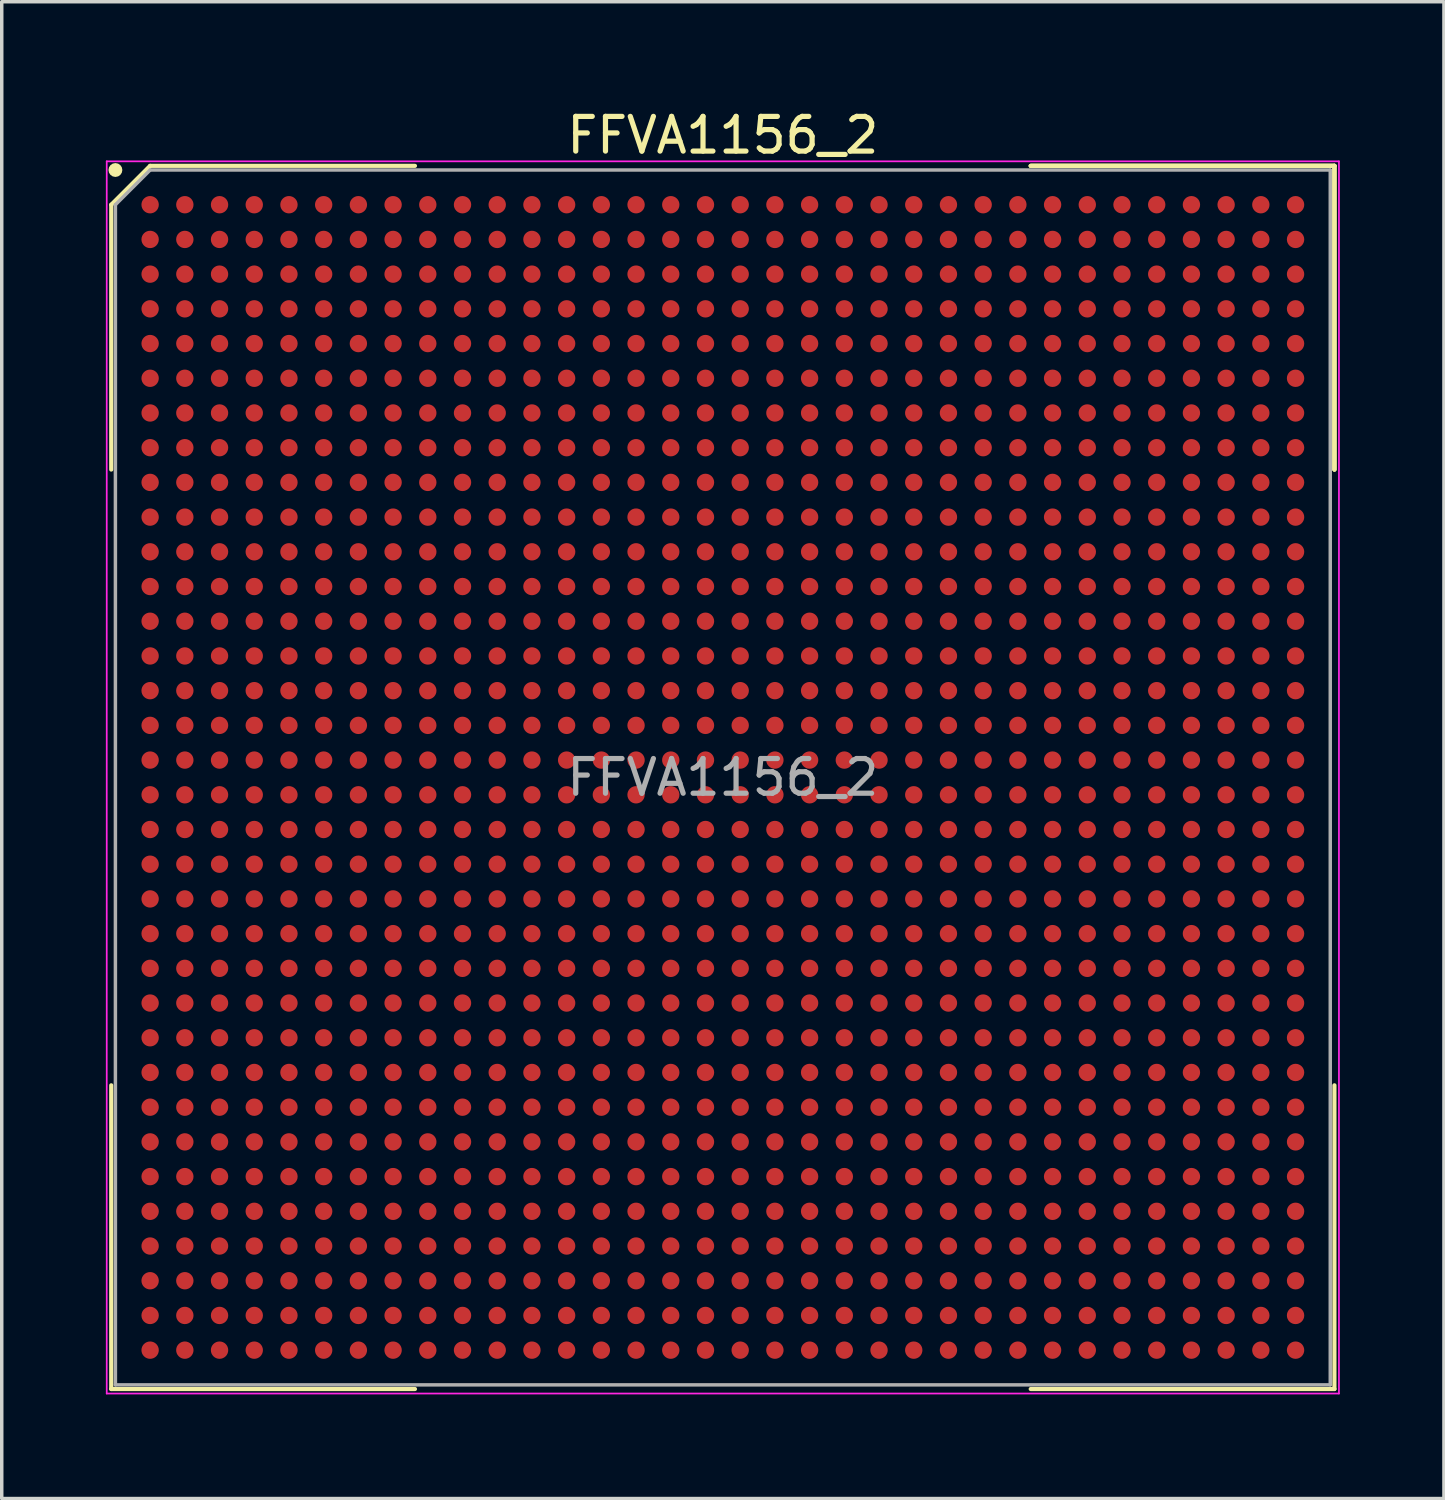
<source format=kicad_pcb>
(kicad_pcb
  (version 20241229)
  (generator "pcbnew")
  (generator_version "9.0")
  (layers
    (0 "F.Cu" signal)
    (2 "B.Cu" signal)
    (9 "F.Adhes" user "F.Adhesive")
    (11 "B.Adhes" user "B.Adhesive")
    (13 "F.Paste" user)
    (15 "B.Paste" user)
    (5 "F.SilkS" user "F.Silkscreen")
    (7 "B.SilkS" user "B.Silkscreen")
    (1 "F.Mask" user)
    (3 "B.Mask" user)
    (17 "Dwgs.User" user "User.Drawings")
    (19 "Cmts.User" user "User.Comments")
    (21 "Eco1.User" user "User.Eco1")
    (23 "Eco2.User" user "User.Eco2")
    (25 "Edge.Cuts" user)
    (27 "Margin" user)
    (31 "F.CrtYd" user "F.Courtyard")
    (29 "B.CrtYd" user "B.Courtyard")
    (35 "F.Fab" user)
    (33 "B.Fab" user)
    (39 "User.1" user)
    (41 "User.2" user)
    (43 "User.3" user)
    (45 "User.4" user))
  (footprint "FFVA1156_2"
    (layer "F.Cu")
    (at 17.775 19.348)
    (property "Reference" "FFVA1156_2" (at 0 -18.5 0) (layer "F.SilkS") (effects (font (size 1 1) (thickness 0.15))))
    (attr smd)
    (fp_line (start -17.62 -16.5) (end -17.62 -8.87) (stroke (width 0.12) (type solid)) (layer "F.SilkS"))
    (fp_line (start -17.62 17.62) (end -17.62 8.87) (stroke (width 0.12) (type solid)) (layer "F.SilkS"))
    (fp_line (start -16.5 -17.62) (end -17.62 -16.5) (stroke (width 0.12) (type solid)) (layer "F.SilkS"))
    (fp_line (start -8.87 -17.62) (end -16.5 -17.62) (stroke (width 0.12) (type solid)) (layer "F.SilkS"))
    (fp_line (start -8.87 17.62) (end -17.62 17.62) (stroke (width 0.12) (type solid)) (layer "F.SilkS"))
    (fp_line (start 8.87 -17.62) (end 17.62 -17.62) (stroke (width 0.12) (type solid)) (layer "F.SilkS"))
    (fp_line (start 8.87 -17.62) (end 17.62 -17.62) (stroke (width 0.12) (type solid)) (layer "F.SilkS"))
    (fp_line (start 8.87 -17.62) (end 17.62 -17.62) (stroke (width 0.12) (type solid)) (layer "F.SilkS"))
    (fp_line (start 8.87 17.62) (end 17.62 17.62) (stroke (width 0.12) (type solid)) (layer "F.SilkS"))
    (fp_line (start 17.62 -17.62) (end 17.62 -8.87) (stroke (width 0.12) (type solid)) (layer "F.SilkS"))
    (fp_line (start 17.62 -17.62) (end 17.62 -8.87) (stroke (width 0.12) (type solid)) (layer "F.SilkS"))
    (fp_line (start 17.62 -17.62) (end 17.62 -8.87) (stroke (width 0.12) (type solid)) (layer "F.SilkS"))
    (fp_line (start 17.62 17.62) (end 17.62 8.87) (stroke (width 0.12) (type solid)) (layer "F.SilkS"))
    (fp_circle (center -17.5 -17.5) (end -17.5 -17.4) (stroke (width 0.2) (type solid)) (fill no) (layer "F.SilkS"))
    (fp_line (start -17.75 -17.75) (end 17.75 -17.75) (stroke (width 0.05) (type solid)) (layer "F.CrtYd"))
    (fp_line (start -17.75 17.75) (end -17.75 -17.75) (stroke (width 0.05) (type solid)) (layer "F.CrtYd"))
    (fp_line (start 17.75 -17.75) (end 17.75 17.75) (stroke (width 0.05) (type solid)) (layer "F.CrtYd"))
    (fp_line (start 17.75 17.75) (end -17.75 17.75) (stroke (width 0.05) (type solid)) (layer "F.CrtYd"))
    (fp_line (start -17.5 -16.5) (end -17.5 17.5) (stroke (width 0.1) (type solid)) (layer "F.Fab"))
    (fp_line (start -17.5 17.5) (end 17.5 17.5) (stroke (width 0.1) (type solid)) (layer "F.Fab"))
    (fp_line (start -16.5 -17.5) (end -17.5 -16.5) (stroke (width 0.1) (type solid)) (layer "F.Fab"))
    (fp_line (start 17.5 -17.5) (end -16.5 -17.5) (stroke (width 0.1) (type solid)) (layer "F.Fab"))
    (fp_line (start 17.5 17.5) (end 17.5 -17.5) (stroke (width 0.1) (type solid)) (layer "F.Fab"))
    (fp_text user "${REFERENCE}" (at 0 0 0) (layer "F.Fab") (effects (font (size 1 1) (thickness 0.15))))
    (pad "A1" smd circle (at -16.5 -16.5) (size 0.5 0.5) (layers "F.Cu" "F.Mask" "F.Paste"))
    (pad "A2" smd circle (at -15.5 -16.5) (size 0.5 0.5) (layers "F.Cu" "F.Mask" "F.Paste"))
    (pad "A3" smd circle (at -14.5 -16.5) (size 0.5 0.5) (layers "F.Cu" "F.Mask" "F.Paste"))
    (pad "A4" smd circle (at -13.5 -16.5) (size 0.5 0.5) (layers "F.Cu" "F.Mask" "F.Paste"))
    (pad "A5" smd circle (at -12.5 -16.5) (size 0.5 0.5) (layers "F.Cu" "F.Mask" "F.Paste"))
    (pad "A6" smd circle (at -11.5 -16.5) (size 0.5 0.5) (layers "F.Cu" "F.Mask" "F.Paste"))
    (pad "A7" smd circle (at -10.5 -16.5) (size 0.5 0.5) (layers "F.Cu" "F.Mask" "F.Paste"))
    (pad "A8" smd circle (at -9.5 -16.5) (size 0.5 0.5) (layers "F.Cu" "F.Mask" "F.Paste"))
    (pad "A9" smd circle (at -8.5 -16.5) (size 0.5 0.5) (layers "F.Cu" "F.Mask" "F.Paste"))
    (pad "A10" smd circle (at -7.5 -16.5) (size 0.5 0.5) (layers "F.Cu" "F.Mask" "F.Paste"))
    (pad "A11" smd circle (at -6.5 -16.5) (size 0.5 0.5) (layers "F.Cu" "F.Mask" "F.Paste"))
    (pad "A12" smd circle (at -5.5 -16.5) (size 0.5 0.5) (layers "F.Cu" "F.Mask" "F.Paste"))
    (pad "A13" smd circle (at -4.5 -16.5) (size 0.5 0.5) (layers "F.Cu" "F.Mask" "F.Paste"))
    (pad "A14" smd circle (at -3.5 -16.5) (size 0.5 0.5) (layers "F.Cu" "F.Mask" "F.Paste"))
    (pad "A15" smd circle (at -2.5 -16.5) (size 0.5 0.5) (layers "F.Cu" "F.Mask" "F.Paste"))
    (pad "A16" smd circle (at -1.5 -16.5) (size 0.5 0.5) (layers "F.Cu" "F.Mask" "F.Paste"))
    (pad "A17" smd circle (at -0.5 -16.5) (size 0.5 0.5) (layers "F.Cu" "F.Mask" "F.Paste"))
    (pad "A18" smd circle (at 0.5 -16.5) (size 0.5 0.5) (layers "F.Cu" "F.Mask" "F.Paste"))
    (pad "A19" smd circle (at 1.5 -16.5) (size 0.5 0.5) (layers "F.Cu" "F.Mask" "F.Paste"))
    (pad "A20" smd circle (at 2.5 -16.5) (size 0.5 0.5) (layers "F.Cu" "F.Mask" "F.Paste"))
    (pad "A21" smd circle (at 3.5 -16.5) (size 0.5 0.5) (layers "F.Cu" "F.Mask" "F.Paste"))
    (pad "A22" smd circle (at 4.5 -16.5) (size 0.5 0.5) (layers "F.Cu" "F.Mask" "F.Paste"))
    (pad "A23" smd circle (at 5.5 -16.5) (size 0.5 0.5) (layers "F.Cu" "F.Mask" "F.Paste"))
    (pad "A24" smd circle (at 6.5 -16.5) (size 0.5 0.5) (layers "F.Cu" "F.Mask" "F.Paste"))
    (pad "A25" smd circle (at 7.5 -16.5) (size 0.5 0.5) (layers "F.Cu" "F.Mask" "F.Paste"))
    (pad "A26" smd circle (at 8.5 -16.5) (size 0.5 0.5) (layers "F.Cu" "F.Mask" "F.Paste"))
    (pad "A27" smd circle (at 9.5 -16.5) (size 0.5 0.5) (layers "F.Cu" "F.Mask" "F.Paste"))
    (pad "A28" smd circle (at 10.5 -16.5) (size 0.5 0.5) (layers "F.Cu" "F.Mask" "F.Paste"))
    (pad "A29" smd circle (at 11.5 -16.5) (size 0.5 0.5) (layers "F.Cu" "F.Mask" "F.Paste"))
    (pad "A30" smd circle (at 12.5 -16.5) (size 0.5 0.5) (layers "F.Cu" "F.Mask" "F.Paste"))
    (pad "A31" smd circle (at 13.5 -16.5) (size 0.5 0.5) (layers "F.Cu" "F.Mask" "F.Paste"))
    (pad "A32" smd circle (at 14.5 -16.5) (size 0.5 0.5) (layers "F.Cu" "F.Mask" "F.Paste"))
    (pad "A33" smd circle (at 15.5 -16.5) (size 0.5 0.5) (layers "F.Cu" "F.Mask" "F.Paste"))
    (pad "A34" smd circle (at 16.5 -16.5) (size 0.5 0.5) (layers "F.Cu" "F.Mask" "F.Paste"))
    (pad "AA1" smd circle (at -16.5 3.5) (size 0.5 0.5) (layers "F.Cu" "F.Mask" "F.Paste"))
    (pad "AA2" smd circle (at -15.5 3.5) (size 0.5 0.5) (layers "F.Cu" "F.Mask" "F.Paste"))
    (pad "AA3" smd circle (at -14.5 3.5) (size 0.5 0.5) (layers "F.Cu" "F.Mask" "F.Paste"))
    (pad "AA4" smd circle (at -13.5 3.5) (size 0.5 0.5) (layers "F.Cu" "F.Mask" "F.Paste"))
    (pad "AA5" smd circle (at -12.5 3.5) (size 0.5 0.5) (layers "F.Cu" "F.Mask" "F.Paste"))
    (pad "AA6" smd circle (at -11.5 3.5) (size 0.5 0.5) (layers "F.Cu" "F.Mask" "F.Paste"))
    (pad "AA7" smd circle (at -10.5 3.5) (size 0.5 0.5) (layers "F.Cu" "F.Mask" "F.Paste"))
    (pad "AA8" smd circle (at -9.5 3.5) (size 0.5 0.5) (layers "F.Cu" "F.Mask" "F.Paste"))
    (pad "AA9" smd circle (at -8.5 3.5) (size 0.5 0.5) (layers "F.Cu" "F.Mask" "F.Paste"))
    (pad "AA10" smd circle (at -7.5 3.5) (size 0.5 0.5) (layers "F.Cu" "F.Mask" "F.Paste"))
    (pad "AA11" smd circle (at -6.5 3.5) (size 0.5 0.5) (layers "F.Cu" "F.Mask" "F.Paste"))
    (pad "AA12" smd circle (at -5.5 3.5) (size 0.5 0.5) (layers "F.Cu" "F.Mask" "F.Paste"))
    (pad "AA13" smd circle (at -4.5 3.5) (size 0.5 0.5) (layers "F.Cu" "F.Mask" "F.Paste"))
    (pad "AA14" smd circle (at -3.5 3.5) (size 0.5 0.5) (layers "F.Cu" "F.Mask" "F.Paste"))
    (pad "AA15" smd circle (at -2.5 3.5) (size 0.5 0.5) (layers "F.Cu" "F.Mask" "F.Paste"))
    (pad "AA16" smd circle (at -1.5 3.5) (size 0.5 0.5) (layers "F.Cu" "F.Mask" "F.Paste"))
    (pad "AA17" smd circle (at -0.5 3.5) (size 0.5 0.5) (layers "F.Cu" "F.Mask" "F.Paste"))
    (pad "AA18" smd circle (at 0.5 3.5) (size 0.5 0.5) (layers "F.Cu" "F.Mask" "F.Paste"))
    (pad "AA19" smd circle (at 1.5 3.5) (size 0.5 0.5) (layers "F.Cu" "F.Mask" "F.Paste"))
    (pad "AA20" smd circle (at 2.5 3.5) (size 0.5 0.5) (layers "F.Cu" "F.Mask" "F.Paste"))
    (pad "AA21" smd circle (at 3.5 3.5) (size 0.5 0.5) (layers "F.Cu" "F.Mask" "F.Paste"))
    (pad "AA22" smd circle (at 4.5 3.5) (size 0.5 0.5) (layers "F.Cu" "F.Mask" "F.Paste"))
    (pad "AA23" smd circle (at 5.5 3.5) (size 0.5 0.5) (layers "F.Cu" "F.Mask" "F.Paste"))
    (pad "AA24" smd circle (at 6.5 3.5) (size 0.5 0.5) (layers "F.Cu" "F.Mask" "F.Paste"))
    (pad "AA25" smd circle (at 7.5 3.5) (size 0.5 0.5) (layers "F.Cu" "F.Mask" "F.Paste"))
    (pad "AA26" smd circle (at 8.5 3.5) (size 0.5 0.5) (layers "F.Cu" "F.Mask" "F.Paste"))
    (pad "AA27" smd circle (at 9.5 3.5) (size 0.5 0.5) (layers "F.Cu" "F.Mask" "F.Paste"))
    (pad "AA28" smd circle (at 10.5 3.5) (size 0.5 0.5) (layers "F.Cu" "F.Mask" "F.Paste"))
    (pad "AA29" smd circle (at 11.5 3.5) (size 0.5 0.5) (layers "F.Cu" "F.Mask" "F.Paste"))
    (pad "AA30" smd circle (at 12.5 3.5) (size 0.5 0.5) (layers "F.Cu" "F.Mask" "F.Paste"))
    (pad "AA31" smd circle (at 13.5 3.5) (size 0.5 0.5) (layers "F.Cu" "F.Mask" "F.Paste"))
    (pad "AA32" smd circle (at 14.5 3.5) (size 0.5 0.5) (layers "F.Cu" "F.Mask" "F.Paste"))
    (pad "AA33" smd circle (at 15.5 3.5) (size 0.5 0.5) (layers "F.Cu" "F.Mask" "F.Paste"))
    (pad "AA34" smd circle (at 16.5 3.5) (size 0.5 0.5) (layers "F.Cu" "F.Mask" "F.Paste"))
    (pad "AB1" smd circle (at -16.5 4.5) (size 0.5 0.5) (layers "F.Cu" "F.Mask" "F.Paste"))
    (pad "AB2" smd circle (at -15.5 4.5) (size 0.5 0.5) (layers "F.Cu" "F.Mask" "F.Paste"))
    (pad "AB3" smd circle (at -14.5 4.5) (size 0.5 0.5) (layers "F.Cu" "F.Mask" "F.Paste"))
    (pad "AB4" smd circle (at -13.5 4.5) (size 0.5 0.5) (layers "F.Cu" "F.Mask" "F.Paste"))
    (pad "AB5" smd circle (at -12.5 4.5) (size 0.5 0.5) (layers "F.Cu" "F.Mask" "F.Paste"))
    (pad "AB6" smd circle (at -11.5 4.5) (size 0.5 0.5) (layers "F.Cu" "F.Mask" "F.Paste"))
    (pad "AB7" smd circle (at -10.5 4.5) (size 0.5 0.5) (layers "F.Cu" "F.Mask" "F.Paste"))
    (pad "AB8" smd circle (at -9.5 4.5) (size 0.5 0.5) (layers "F.Cu" "F.Mask" "F.Paste"))
    (pad "AB9" smd circle (at -8.5 4.5) (size 0.5 0.5) (layers "F.Cu" "F.Mask" "F.Paste"))
    (pad "AB10" smd circle (at -7.5 4.5) (size 0.5 0.5) (layers "F.Cu" "F.Mask" "F.Paste"))
    (pad "AB11" smd circle (at -6.5 4.5) (size 0.5 0.5) (layers "F.Cu" "F.Mask" "F.Paste"))
    (pad "AB12" smd circle (at -5.5 4.5) (size 0.5 0.5) (layers "F.Cu" "F.Mask" "F.Paste"))
    (pad "AB13" smd circle (at -4.5 4.5) (size 0.5 0.5) (layers "F.Cu" "F.Mask" "F.Paste"))
    (pad "AB14" smd circle (at -3.5 4.5) (size 0.5 0.5) (layers "F.Cu" "F.Mask" "F.Paste"))
    (pad "AB15" smd circle (at -2.5 4.5) (size 0.5 0.5) (layers "F.Cu" "F.Mask" "F.Paste"))
    (pad "AB16" smd circle (at -1.5 4.5) (size 0.5 0.5) (layers "F.Cu" "F.Mask" "F.Paste"))
    (pad "AB17" smd circle (at -0.5 4.5) (size 0.5 0.5) (layers "F.Cu" "F.Mask" "F.Paste"))
    (pad "AB18" smd circle (at 0.5 4.5) (size 0.5 0.5) (layers "F.Cu" "F.Mask" "F.Paste"))
    (pad "AB19" smd circle (at 1.5 4.5) (size 0.5 0.5) (layers "F.Cu" "F.Mask" "F.Paste"))
    (pad "AB20" smd circle (at 2.5 4.5) (size 0.5 0.5) (layers "F.Cu" "F.Mask" "F.Paste"))
    (pad "AB21" smd circle (at 3.5 4.5) (size 0.5 0.5) (layers "F.Cu" "F.Mask" "F.Paste"))
    (pad "AB22" smd circle (at 4.5 4.5) (size 0.5 0.5) (layers "F.Cu" "F.Mask" "F.Paste"))
    (pad "AB23" smd circle (at 5.5 4.5) (size 0.5 0.5) (layers "F.Cu" "F.Mask" "F.Paste"))
    (pad "AB24" smd circle (at 6.5 4.5) (size 0.5 0.5) (layers "F.Cu" "F.Mask" "F.Paste"))
    (pad "AB25" smd circle (at 7.5 4.5) (size 0.5 0.5) (layers "F.Cu" "F.Mask" "F.Paste"))
    (pad "AB26" smd circle (at 8.5 4.5) (size 0.5 0.5) (layers "F.Cu" "F.Mask" "F.Paste"))
    (pad "AB27" smd circle (at 9.5 4.5) (size 0.5 0.5) (layers "F.Cu" "F.Mask" "F.Paste"))
    (pad "AB28" smd circle (at 10.5 4.5) (size 0.5 0.5) (layers "F.Cu" "F.Mask" "F.Paste"))
    (pad "AB29" smd circle (at 11.5 4.5) (size 0.5 0.5) (layers "F.Cu" "F.Mask" "F.Paste"))
    (pad "AB30" smd circle (at 12.5 4.5) (size 0.5 0.5) (layers "F.Cu" "F.Mask" "F.Paste"))
    (pad "AB31" smd circle (at 13.5 4.5) (size 0.5 0.5) (layers "F.Cu" "F.Mask" "F.Paste"))
    (pad "AB32" smd circle (at 14.5 4.5) (size 0.5 0.5) (layers "F.Cu" "F.Mask" "F.Paste"))
    (pad "AB33" smd circle (at 15.5 4.5) (size 0.5 0.5) (layers "F.Cu" "F.Mask" "F.Paste"))
    (pad "AB34" smd circle (at 16.5 4.5) (size 0.5 0.5) (layers "F.Cu" "F.Mask" "F.Paste"))
    (pad "AC1" smd circle (at -16.5 5.5) (size 0.5 0.5) (layers "F.Cu" "F.Mask" "F.Paste"))
    (pad "AC2" smd circle (at -15.5 5.5) (size 0.5 0.5) (layers "F.Cu" "F.Mask" "F.Paste"))
    (pad "AC3" smd circle (at -14.5 5.5) (size 0.5 0.5) (layers "F.Cu" "F.Mask" "F.Paste"))
    (pad "AC4" smd circle (at -13.5 5.5) (size 0.5 0.5) (layers "F.Cu" "F.Mask" "F.Paste"))
    (pad "AC5" smd circle (at -12.5 5.5) (size 0.5 0.5) (layers "F.Cu" "F.Mask" "F.Paste"))
    (pad "AC6" smd circle (at -11.5 5.5) (size 0.5 0.5) (layers "F.Cu" "F.Mask" "F.Paste"))
    (pad "AC7" smd circle (at -10.5 5.5) (size 0.5 0.5) (layers "F.Cu" "F.Mask" "F.Paste"))
    (pad "AC8" smd circle (at -9.5 5.5) (size 0.5 0.5) (layers "F.Cu" "F.Mask" "F.Paste"))
    (pad "AC9" smd circle (at -8.5 5.5) (size 0.5 0.5) (layers "F.Cu" "F.Mask" "F.Paste"))
    (pad "AC10" smd circle (at -7.5 5.5) (size 0.5 0.5) (layers "F.Cu" "F.Mask" "F.Paste"))
    (pad "AC11" smd circle (at -6.5 5.5) (size 0.5 0.5) (layers "F.Cu" "F.Mask" "F.Paste"))
    (pad "AC12" smd circle (at -5.5 5.5) (size 0.5 0.5) (layers "F.Cu" "F.Mask" "F.Paste"))
    (pad "AC13" smd circle (at -4.5 5.5) (size 0.5 0.5) (layers "F.Cu" "F.Mask" "F.Paste"))
    (pad "AC14" smd circle (at -3.5 5.5) (size 0.5 0.5) (layers "F.Cu" "F.Mask" "F.Paste"))
    (pad "AC15" smd circle (at -2.5 5.5) (size 0.5 0.5) (layers "F.Cu" "F.Mask" "F.Paste"))
    (pad "AC16" smd circle (at -1.5 5.5) (size 0.5 0.5) (layers "F.Cu" "F.Mask" "F.Paste"))
    (pad "AC17" smd circle (at -0.5 5.5) (size 0.5 0.5) (layers "F.Cu" "F.Mask" "F.Paste"))
    (pad "AC18" smd circle (at 0.5 5.5) (size 0.5 0.5) (layers "F.Cu" "F.Mask" "F.Paste"))
    (pad "AC19" smd circle (at 1.5 5.5) (size 0.5 0.5) (layers "F.Cu" "F.Mask" "F.Paste"))
    (pad "AC20" smd circle (at 2.5 5.5) (size 0.5 0.5) (layers "F.Cu" "F.Mask" "F.Paste"))
    (pad "AC21" smd circle (at 3.5 5.5) (size 0.5 0.5) (layers "F.Cu" "F.Mask" "F.Paste"))
    (pad "AC22" smd circle (at 4.5 5.5) (size 0.5 0.5) (layers "F.Cu" "F.Mask" "F.Paste"))
    (pad "AC23" smd circle (at 5.5 5.5) (size 0.5 0.5) (layers "F.Cu" "F.Mask" "F.Paste"))
    (pad "AC24" smd circle (at 6.5 5.5) (size 0.5 0.5) (layers "F.Cu" "F.Mask" "F.Paste"))
    (pad "AC25" smd circle (at 7.5 5.5) (size 0.5 0.5) (layers "F.Cu" "F.Mask" "F.Paste"))
    (pad "AC26" smd circle (at 8.5 5.5) (size 0.5 0.5) (layers "F.Cu" "F.Mask" "F.Paste"))
    (pad "AC27" smd circle (at 9.5 5.5) (size 0.5 0.5) (layers "F.Cu" "F.Mask" "F.Paste"))
    (pad "AC28" smd circle (at 10.5 5.5) (size 0.5 0.5) (layers "F.Cu" "F.Mask" "F.Paste"))
    (pad "AC29" smd circle (at 11.5 5.5) (size 0.5 0.5) (layers "F.Cu" "F.Mask" "F.Paste"))
    (pad "AC30" smd circle (at 12.5 5.5) (size 0.5 0.5) (layers "F.Cu" "F.Mask" "F.Paste"))
    (pad "AC31" smd circle (at 13.5 5.5) (size 0.5 0.5) (layers "F.Cu" "F.Mask" "F.Paste"))
    (pad "AC32" smd circle (at 14.5 5.5) (size 0.5 0.5) (layers "F.Cu" "F.Mask" "F.Paste"))
    (pad "AC33" smd circle (at 15.5 5.5) (size 0.5 0.5) (layers "F.Cu" "F.Mask" "F.Paste"))
    (pad "AC34" smd circle (at 16.5 5.5) (size 0.5 0.5) (layers "F.Cu" "F.Mask" "F.Paste"))
    (pad "AD1" smd circle (at -16.5 6.5) (size 0.5 0.5) (layers "F.Cu" "F.Mask" "F.Paste"))
    (pad "AD2" smd circle (at -15.5 6.5) (size 0.5 0.5) (layers "F.Cu" "F.Mask" "F.Paste"))
    (pad "AD3" smd circle (at -14.5 6.5) (size 0.5 0.5) (layers "F.Cu" "F.Mask" "F.Paste"))
    (pad "AD4" smd circle (at -13.5 6.5) (size 0.5 0.5) (layers "F.Cu" "F.Mask" "F.Paste"))
    (pad "AD5" smd circle (at -12.5 6.5) (size 0.5 0.5) (layers "F.Cu" "F.Mask" "F.Paste"))
    (pad "AD6" smd circle (at -11.5 6.5) (size 0.5 0.5) (layers "F.Cu" "F.Mask" "F.Paste"))
    (pad "AD7" smd circle (at -10.5 6.5) (size 0.5 0.5) (layers "F.Cu" "F.Mask" "F.Paste"))
    (pad "AD8" smd circle (at -9.5 6.5) (size 0.5 0.5) (layers "F.Cu" "F.Mask" "F.Paste"))
    (pad "AD9" smd circle (at -8.5 6.5) (size 0.5 0.5) (layers "F.Cu" "F.Mask" "F.Paste"))
    (pad "AD10" smd circle (at -7.5 6.5) (size 0.5 0.5) (layers "F.Cu" "F.Mask" "F.Paste"))
    (pad "AD11" smd circle (at -6.5 6.5) (size 0.5 0.5) (layers "F.Cu" "F.Mask" "F.Paste"))
    (pad "AD12" smd circle (at -5.5 6.5) (size 0.5 0.5) (layers "F.Cu" "F.Mask" "F.Paste"))
    (pad "AD13" smd circle (at -4.5 6.5) (size 0.5 0.5) (layers "F.Cu" "F.Mask" "F.Paste"))
    (pad "AD14" smd circle (at -3.5 6.5) (size 0.5 0.5) (layers "F.Cu" "F.Mask" "F.Paste"))
    (pad "AD15" smd circle (at -2.5 6.5) (size 0.5 0.5) (layers "F.Cu" "F.Mask" "F.Paste"))
    (pad "AD16" smd circle (at -1.5 6.5) (size 0.5 0.5) (layers "F.Cu" "F.Mask" "F.Paste"))
    (pad "AD17" smd circle (at -0.5 6.5) (size 0.5 0.5) (layers "F.Cu" "F.Mask" "F.Paste"))
    (pad "AD18" smd circle (at 0.5 6.5) (size 0.5 0.5) (layers "F.Cu" "F.Mask" "F.Paste"))
    (pad "AD19" smd circle (at 1.5 6.5) (size 0.5 0.5) (layers "F.Cu" "F.Mask" "F.Paste"))
    (pad "AD20" smd circle (at 2.5 6.5) (size 0.5 0.5) (layers "F.Cu" "F.Mask" "F.Paste"))
    (pad "AD21" smd circle (at 3.5 6.5) (size 0.5 0.5) (layers "F.Cu" "F.Mask" "F.Paste"))
    (pad "AD22" smd circle (at 4.5 6.5) (size 0.5 0.5) (layers "F.Cu" "F.Mask" "F.Paste"))
    (pad "AD23" smd circle (at 5.5 6.5) (size 0.5 0.5) (layers "F.Cu" "F.Mask" "F.Paste"))
    (pad "AD24" smd circle (at 6.5 6.5) (size 0.5 0.5) (layers "F.Cu" "F.Mask" "F.Paste"))
    (pad "AD25" smd circle (at 7.5 6.5) (size 0.5 0.5) (layers "F.Cu" "F.Mask" "F.Paste"))
    (pad "AD26" smd circle (at 8.5 6.5) (size 0.5 0.5) (layers "F.Cu" "F.Mask" "F.Paste"))
    (pad "AD27" smd circle (at 9.5 6.5) (size 0.5 0.5) (layers "F.Cu" "F.Mask" "F.Paste"))
    (pad "AD28" smd circle (at 10.5 6.5) (size 0.5 0.5) (layers "F.Cu" "F.Mask" "F.Paste"))
    (pad "AD29" smd circle (at 11.5 6.5) (size 0.5 0.5) (layers "F.Cu" "F.Mask" "F.Paste"))
    (pad "AD30" smd circle (at 12.5 6.5) (size 0.5 0.5) (layers "F.Cu" "F.Mask" "F.Paste"))
    (pad "AD31" smd circle (at 13.5 6.5) (size 0.5 0.5) (layers "F.Cu" "F.Mask" "F.Paste"))
    (pad "AD32" smd circle (at 14.5 6.5) (size 0.5 0.5) (layers "F.Cu" "F.Mask" "F.Paste"))
    (pad "AD33" smd circle (at 15.5 6.5) (size 0.5 0.5) (layers "F.Cu" "F.Mask" "F.Paste"))
    (pad "AD34" smd circle (at 16.5 6.5) (size 0.5 0.5) (layers "F.Cu" "F.Mask" "F.Paste"))
    (pad "AE1" smd circle (at -16.5 7.5) (size 0.5 0.5) (layers "F.Cu" "F.Mask" "F.Paste"))
    (pad "AE2" smd circle (at -15.5 7.5) (size 0.5 0.5) (layers "F.Cu" "F.Mask" "F.Paste"))
    (pad "AE3" smd circle (at -14.5 7.5) (size 0.5 0.5) (layers "F.Cu" "F.Mask" "F.Paste"))
    (pad "AE4" smd circle (at -13.5 7.5) (size 0.5 0.5) (layers "F.Cu" "F.Mask" "F.Paste"))
    (pad "AE5" smd circle (at -12.5 7.5) (size 0.5 0.5) (layers "F.Cu" "F.Mask" "F.Paste"))
    (pad "AE6" smd circle (at -11.5 7.5) (size 0.5 0.5) (layers "F.Cu" "F.Mask" "F.Paste"))
    (pad "AE7" smd circle (at -10.5 7.5) (size 0.5 0.5) (layers "F.Cu" "F.Mask" "F.Paste"))
    (pad "AE8" smd circle (at -9.5 7.5) (size 0.5 0.5) (layers "F.Cu" "F.Mask" "F.Paste"))
    (pad "AE9" smd circle (at -8.5 7.5) (size 0.5 0.5) (layers "F.Cu" "F.Mask" "F.Paste"))
    (pad "AE10" smd circle (at -7.5 7.5) (size 0.5 0.5) (layers "F.Cu" "F.Mask" "F.Paste"))
    (pad "AE11" smd circle (at -6.5 7.5) (size 0.5 0.5) (layers "F.Cu" "F.Mask" "F.Paste"))
    (pad "AE12" smd circle (at -5.5 7.5) (size 0.5 0.5) (layers "F.Cu" "F.Mask" "F.Paste"))
    (pad "AE13" smd circle (at -4.5 7.5) (size 0.5 0.5) (layers "F.Cu" "F.Mask" "F.Paste"))
    (pad "AE14" smd circle (at -3.5 7.5) (size 0.5 0.5) (layers "F.Cu" "F.Mask" "F.Paste"))
    (pad "AE15" smd circle (at -2.5 7.5) (size 0.5 0.5) (layers "F.Cu" "F.Mask" "F.Paste"))
    (pad "AE16" smd circle (at -1.5 7.5) (size 0.5 0.5) (layers "F.Cu" "F.Mask" "F.Paste"))
    (pad "AE17" smd circle (at -0.5 7.5) (size 0.5 0.5) (layers "F.Cu" "F.Mask" "F.Paste"))
    (pad "AE18" smd circle (at 0.5 7.5) (size 0.5 0.5) (layers "F.Cu" "F.Mask" "F.Paste"))
    (pad "AE19" smd circle (at 1.5 7.5) (size 0.5 0.5) (layers "F.Cu" "F.Mask" "F.Paste"))
    (pad "AE20" smd circle (at 2.5 7.5) (size 0.5 0.5) (layers "F.Cu" "F.Mask" "F.Paste"))
    (pad "AE21" smd circle (at 3.5 7.5) (size 0.5 0.5) (layers "F.Cu" "F.Mask" "F.Paste"))
    (pad "AE22" smd circle (at 4.5 7.5) (size 0.5 0.5) (layers "F.Cu" "F.Mask" "F.Paste"))
    (pad "AE23" smd circle (at 5.5 7.5) (size 0.5 0.5) (layers "F.Cu" "F.Mask" "F.Paste"))
    (pad "AE24" smd circle (at 6.5 7.5) (size 0.5 0.5) (layers "F.Cu" "F.Mask" "F.Paste"))
    (pad "AE25" smd circle (at 7.5 7.5) (size 0.5 0.5) (layers "F.Cu" "F.Mask" "F.Paste"))
    (pad "AE26" smd circle (at 8.5 7.5) (size 0.5 0.5) (layers "F.Cu" "F.Mask" "F.Paste"))
    (pad "AE27" smd circle (at 9.5 7.5) (size 0.5 0.5) (layers "F.Cu" "F.Mask" "F.Paste"))
    (pad "AE28" smd circle (at 10.5 7.5) (size 0.5 0.5) (layers "F.Cu" "F.Mask" "F.Paste"))
    (pad "AE29" smd circle (at 11.5 7.5) (size 0.5 0.5) (layers "F.Cu" "F.Mask" "F.Paste"))
    (pad "AE30" smd circle (at 12.5 7.5) (size 0.5 0.5) (layers "F.Cu" "F.Mask" "F.Paste"))
    (pad "AE31" smd circle (at 13.5 7.5) (size 0.5 0.5) (layers "F.Cu" "F.Mask" "F.Paste"))
    (pad "AE32" smd circle (at 14.5 7.5) (size 0.5 0.5) (layers "F.Cu" "F.Mask" "F.Paste"))
    (pad "AE33" smd circle (at 15.5 7.5) (size 0.5 0.5) (layers "F.Cu" "F.Mask" "F.Paste"))
    (pad "AE34" smd circle (at 16.5 7.5) (size 0.5 0.5) (layers "F.Cu" "F.Mask" "F.Paste"))
    (pad "AF1" smd circle (at -16.5 8.5) (size 0.5 0.5) (layers "F.Cu" "F.Mask" "F.Paste"))
    (pad "AF2" smd circle (at -15.5 8.5) (size 0.5 0.5) (layers "F.Cu" "F.Mask" "F.Paste"))
    (pad "AF3" smd circle (at -14.5 8.5) (size 0.5 0.5) (layers "F.Cu" "F.Mask" "F.Paste"))
    (pad "AF4" smd circle (at -13.5 8.5) (size 0.5 0.5) (layers "F.Cu" "F.Mask" "F.Paste"))
    (pad "AF5" smd circle (at -12.5 8.5) (size 0.5 0.5) (layers "F.Cu" "F.Mask" "F.Paste"))
    (pad "AF6" smd circle (at -11.5 8.5) (size 0.5 0.5) (layers "F.Cu" "F.Mask" "F.Paste"))
    (pad "AF7" smd circle (at -10.5 8.5) (size 0.5 0.5) (layers "F.Cu" "F.Mask" "F.Paste"))
    (pad "AF8" smd circle (at -9.5 8.5) (size 0.5 0.5) (layers "F.Cu" "F.Mask" "F.Paste"))
    (pad "AF9" smd circle (at -8.5 8.5) (size 0.5 0.5) (layers "F.Cu" "F.Mask" "F.Paste"))
    (pad "AF10" smd circle (at -7.5 8.5) (size 0.5 0.5) (layers "F.Cu" "F.Mask" "F.Paste"))
    (pad "AF11" smd circle (at -6.5 8.5) (size 0.5 0.5) (layers "F.Cu" "F.Mask" "F.Paste"))
    (pad "AF12" smd circle (at -5.5 8.5) (size 0.5 0.5) (layers "F.Cu" "F.Mask" "F.Paste"))
    (pad "AF13" smd circle (at -4.5 8.5) (size 0.5 0.5) (layers "F.Cu" "F.Mask" "F.Paste"))
    (pad "AF14" smd circle (at -3.5 8.5) (size 0.5 0.5) (layers "F.Cu" "F.Mask" "F.Paste"))
    (pad "AF15" smd circle (at -2.5 8.5) (size 0.5 0.5) (layers "F.Cu" "F.Mask" "F.Paste"))
    (pad "AF16" smd circle (at -1.5 8.5) (size 0.5 0.5) (layers "F.Cu" "F.Mask" "F.Paste"))
    (pad "AF17" smd circle (at -0.5 8.5) (size 0.5 0.5) (layers "F.Cu" "F.Mask" "F.Paste"))
    (pad "AF18" smd circle (at 0.5 8.5) (size 0.5 0.5) (layers "F.Cu" "F.Mask" "F.Paste"))
    (pad "AF19" smd circle (at 1.5 8.5) (size 0.5 0.5) (layers "F.Cu" "F.Mask" "F.Paste"))
    (pad "AF20" smd circle (at 2.5 8.5) (size 0.5 0.5) (layers "F.Cu" "F.Mask" "F.Paste"))
    (pad "AF21" smd circle (at 3.5 8.5) (size 0.5 0.5) (layers "F.Cu" "F.Mask" "F.Paste"))
    (pad "AF22" smd circle (at 4.5 8.5) (size 0.5 0.5) (layers "F.Cu" "F.Mask" "F.Paste"))
    (pad "AF23" smd circle (at 5.5 8.5) (size 0.5 0.5) (layers "F.Cu" "F.Mask" "F.Paste"))
    (pad "AF24" smd circle (at 6.5 8.5) (size 0.5 0.5) (layers "F.Cu" "F.Mask" "F.Paste"))
    (pad "AF25" smd circle (at 7.5 8.5) (size 0.5 0.5) (layers "F.Cu" "F.Mask" "F.Paste"))
    (pad "AF26" smd circle (at 8.5 8.5) (size 0.5 0.5) (layers "F.Cu" "F.Mask" "F.Paste"))
    (pad "AF27" smd circle (at 9.5 8.5) (size 0.5 0.5) (layers "F.Cu" "F.Mask" "F.Paste"))
    (pad "AF28" smd circle (at 10.5 8.5) (size 0.5 0.5) (layers "F.Cu" "F.Mask" "F.Paste"))
    (pad "AF29" smd circle (at 11.5 8.5) (size 0.5 0.5) (layers "F.Cu" "F.Mask" "F.Paste"))
    (pad "AF30" smd circle (at 12.5 8.5) (size 0.5 0.5) (layers "F.Cu" "F.Mask" "F.Paste"))
    (pad "AF31" smd circle (at 13.5 8.5) (size 0.5 0.5) (layers "F.Cu" "F.Mask" "F.Paste"))
    (pad "AF32" smd circle (at 14.5 8.5) (size 0.5 0.5) (layers "F.Cu" "F.Mask" "F.Paste"))
    (pad "AF33" smd circle (at 15.5 8.5) (size 0.5 0.5) (layers "F.Cu" "F.Mask" "F.Paste"))
    (pad "AF34" smd circle (at 16.5 8.5) (size 0.5 0.5) (layers "F.Cu" "F.Mask" "F.Paste"))
    (pad "AG1" smd circle (at -16.5 9.5) (size 0.5 0.5) (layers "F.Cu" "F.Mask" "F.Paste"))
    (pad "AG2" smd circle (at -15.5 9.5) (size 0.5 0.5) (layers "F.Cu" "F.Mask" "F.Paste"))
    (pad "AG3" smd circle (at -14.5 9.5) (size 0.5 0.5) (layers "F.Cu" "F.Mask" "F.Paste"))
    (pad "AG4" smd circle (at -13.5 9.5) (size 0.5 0.5) (layers "F.Cu" "F.Mask" "F.Paste"))
    (pad "AG5" smd circle (at -12.5 9.5) (size 0.5 0.5) (layers "F.Cu" "F.Mask" "F.Paste"))
    (pad "AG6" smd circle (at -11.5 9.5) (size 0.5 0.5) (layers "F.Cu" "F.Mask" "F.Paste"))
    (pad "AG7" smd circle (at -10.5 9.5) (size 0.5 0.5) (layers "F.Cu" "F.Mask" "F.Paste"))
    (pad "AG8" smd circle (at -9.5 9.5) (size 0.5 0.5) (layers "F.Cu" "F.Mask" "F.Paste"))
    (pad "AG9" smd circle (at -8.5 9.5) (size 0.5 0.5) (layers "F.Cu" "F.Mask" "F.Paste"))
    (pad "AG10" smd circle (at -7.5 9.5) (size 0.5 0.5) (layers "F.Cu" "F.Mask" "F.Paste"))
    (pad "AG11" smd circle (at -6.5 9.5) (size 0.5 0.5) (layers "F.Cu" "F.Mask" "F.Paste"))
    (pad "AG12" smd circle (at -5.5 9.5) (size 0.5 0.5) (layers "F.Cu" "F.Mask" "F.Paste"))
    (pad "AG13" smd circle (at -4.5 9.5) (size 0.5 0.5) (layers "F.Cu" "F.Mask" "F.Paste"))
    (pad "AG14" smd circle (at -3.5 9.5) (size 0.5 0.5) (layers "F.Cu" "F.Mask" "F.Paste"))
    (pad "AG15" smd circle (at -2.5 9.5) (size 0.5 0.5) (layers "F.Cu" "F.Mask" "F.Paste"))
    (pad "AG16" smd circle (at -1.5 9.5) (size 0.5 0.5) (layers "F.Cu" "F.Mask" "F.Paste"))
    (pad "AG17" smd circle (at -0.5 9.5) (size 0.5 0.5) (layers "F.Cu" "F.Mask" "F.Paste"))
    (pad "AG18" smd circle (at 0.5 9.5) (size 0.5 0.5) (layers "F.Cu" "F.Mask" "F.Paste"))
    (pad "AG19" smd circle (at 1.5 9.5) (size 0.5 0.5) (layers "F.Cu" "F.Mask" "F.Paste"))
    (pad "AG20" smd circle (at 2.5 9.5) (size 0.5 0.5) (layers "F.Cu" "F.Mask" "F.Paste"))
    (pad "AG21" smd circle (at 3.5 9.5) (size 0.5 0.5) (layers "F.Cu" "F.Mask" "F.Paste"))
    (pad "AG22" smd circle (at 4.5 9.5) (size 0.5 0.5) (layers "F.Cu" "F.Mask" "F.Paste"))
    (pad "AG23" smd circle (at 5.5 9.5) (size 0.5 0.5) (layers "F.Cu" "F.Mask" "F.Paste"))
    (pad "AG24" smd circle (at 6.5 9.5) (size 0.5 0.5) (layers "F.Cu" "F.Mask" "F.Paste"))
    (pad "AG25" smd circle (at 7.5 9.5) (size 0.5 0.5) (layers "F.Cu" "F.Mask" "F.Paste"))
    (pad "AG26" smd circle (at 8.5 9.5) (size 0.5 0.5) (layers "F.Cu" "F.Mask" "F.Paste"))
    (pad "AG27" smd circle (at 9.5 9.5) (size 0.5 0.5) (layers "F.Cu" "F.Mask" "F.Paste"))
    (pad "AG28" smd circle (at 10.5 9.5) (size 0.5 0.5) (layers "F.Cu" "F.Mask" "F.Paste"))
    (pad "AG29" smd circle (at 11.5 9.5) (size 0.5 0.5) (layers "F.Cu" "F.Mask" "F.Paste"))
    (pad "AG30" smd circle (at 12.5 9.5) (size 0.5 0.5) (layers "F.Cu" "F.Mask" "F.Paste"))
    (pad "AG31" smd circle (at 13.5 9.5) (size 0.5 0.5) (layers "F.Cu" "F.Mask" "F.Paste"))
    (pad "AG32" smd circle (at 14.5 9.5) (size 0.5 0.5) (layers "F.Cu" "F.Mask" "F.Paste"))
    (pad "AG33" smd circle (at 15.5 9.5) (size 0.5 0.5) (layers "F.Cu" "F.Mask" "F.Paste"))
    (pad "AG34" smd circle (at 16.5 9.5) (size 0.5 0.5) (layers "F.Cu" "F.Mask" "F.Paste"))
    (pad "AH1" smd circle (at -16.5 10.5) (size 0.5 0.5) (layers "F.Cu" "F.Mask" "F.Paste"))
    (pad "AH2" smd circle (at -15.5 10.5) (size 0.5 0.5) (layers "F.Cu" "F.Mask" "F.Paste"))
    (pad "AH3" smd circle (at -14.5 10.5) (size 0.5 0.5) (layers "F.Cu" "F.Mask" "F.Paste"))
    (pad "AH4" smd circle (at -13.5 10.5) (size 0.5 0.5) (layers "F.Cu" "F.Mask" "F.Paste"))
    (pad "AH5" smd circle (at -12.5 10.5) (size 0.5 0.5) (layers "F.Cu" "F.Mask" "F.Paste"))
    (pad "AH6" smd circle (at -11.5 10.5) (size 0.5 0.5) (layers "F.Cu" "F.Mask" "F.Paste"))
    (pad "AH7" smd circle (at -10.5 10.5) (size 0.5 0.5) (layers "F.Cu" "F.Mask" "F.Paste"))
    (pad "AH8" smd circle (at -9.5 10.5) (size 0.5 0.5) (layers "F.Cu" "F.Mask" "F.Paste"))
    (pad "AH9" smd circle (at -8.5 10.5) (size 0.5 0.5) (layers "F.Cu" "F.Mask" "F.Paste"))
    (pad "AH10" smd circle (at -7.5 10.5) (size 0.5 0.5) (layers "F.Cu" "F.Mask" "F.Paste"))
    (pad "AH11" smd circle (at -6.5 10.5) (size 0.5 0.5) (layers "F.Cu" "F.Mask" "F.Paste"))
    (pad "AH12" smd circle (at -5.5 10.5) (size 0.5 0.5) (layers "F.Cu" "F.Mask" "F.Paste"))
    (pad "AH13" smd circle (at -4.5 10.5) (size 0.5 0.5) (layers "F.Cu" "F.Mask" "F.Paste"))
    (pad "AH14" smd circle (at -3.5 10.5) (size 0.5 0.5) (layers "F.Cu" "F.Mask" "F.Paste"))
    (pad "AH15" smd circle (at -2.5 10.5) (size 0.5 0.5) (layers "F.Cu" "F.Mask" "F.Paste"))
    (pad "AH16" smd circle (at -1.5 10.5) (size 0.5 0.5) (layers "F.Cu" "F.Mask" "F.Paste"))
    (pad "AH17" smd circle (at -0.5 10.5) (size 0.5 0.5) (layers "F.Cu" "F.Mask" "F.Paste"))
    (pad "AH18" smd circle (at 0.5 10.5) (size 0.5 0.5) (layers "F.Cu" "F.Mask" "F.Paste"))
    (pad "AH19" smd circle (at 1.5 10.5) (size 0.5 0.5) (layers "F.Cu" "F.Mask" "F.Paste"))
    (pad "AH20" smd circle (at 2.5 10.5) (size 0.5 0.5) (layers "F.Cu" "F.Mask" "F.Paste"))
    (pad "AH21" smd circle (at 3.5 10.5) (size 0.5 0.5) (layers "F.Cu" "F.Mask" "F.Paste"))
    (pad "AH22" smd circle (at 4.5 10.5) (size 0.5 0.5) (layers "F.Cu" "F.Mask" "F.Paste"))
    (pad "AH23" smd circle (at 5.5 10.5) (size 0.5 0.5) (layers "F.Cu" "F.Mask" "F.Paste"))
    (pad "AH24" smd circle (at 6.5 10.5) (size 0.5 0.5) (layers "F.Cu" "F.Mask" "F.Paste"))
    (pad "AH25" smd circle (at 7.5 10.5) (size 0.5 0.5) (layers "F.Cu" "F.Mask" "F.Paste"))
    (pad "AH26" smd circle (at 8.5 10.5) (size 0.5 0.5) (layers "F.Cu" "F.Mask" "F.Paste"))
    (pad "AH27" smd circle (at 9.5 10.5) (size 0.5 0.5) (layers "F.Cu" "F.Mask" "F.Paste"))
    (pad "AH28" smd circle (at 10.5 10.5) (size 0.5 0.5) (layers "F.Cu" "F.Mask" "F.Paste"))
    (pad "AH29" smd circle (at 11.5 10.5) (size 0.5 0.5) (layers "F.Cu" "F.Mask" "F.Paste"))
    (pad "AH30" smd circle (at 12.5 10.5) (size 0.5 0.5) (layers "F.Cu" "F.Mask" "F.Paste"))
    (pad "AH31" smd circle (at 13.5 10.5) (size 0.5 0.5) (layers "F.Cu" "F.Mask" "F.Paste"))
    (pad "AH32" smd circle (at 14.5 10.5) (size 0.5 0.5) (layers "F.Cu" "F.Mask" "F.Paste"))
    (pad "AH33" smd circle (at 15.5 10.5) (size 0.5 0.5) (layers "F.Cu" "F.Mask" "F.Paste"))
    (pad "AH34" smd circle (at 16.5 10.5) (size 0.5 0.5) (layers "F.Cu" "F.Mask" "F.Paste"))
    (pad "AJ1" smd circle (at -16.5 11.5) (size 0.5 0.5) (layers "F.Cu" "F.Mask" "F.Paste"))
    (pad "AJ2" smd circle (at -15.5 11.5) (size 0.5 0.5) (layers "F.Cu" "F.Mask" "F.Paste"))
    (pad "AJ3" smd circle (at -14.5 11.5) (size 0.5 0.5) (layers "F.Cu" "F.Mask" "F.Paste"))
    (pad "AJ4" smd circle (at -13.5 11.5) (size 0.5 0.5) (layers "F.Cu" "F.Mask" "F.Paste"))
    (pad "AJ5" smd circle (at -12.5 11.5) (size 0.5 0.5) (layers "F.Cu" "F.Mask" "F.Paste"))
    (pad "AJ6" smd circle (at -11.5 11.5) (size 0.5 0.5) (layers "F.Cu" "F.Mask" "F.Paste"))
    (pad "AJ7" smd circle (at -10.5 11.5) (size 0.5 0.5) (layers "F.Cu" "F.Mask" "F.Paste"))
    (pad "AJ8" smd circle (at -9.5 11.5) (size 0.5 0.5) (layers "F.Cu" "F.Mask" "F.Paste"))
    (pad "AJ9" smd circle (at -8.5 11.5) (size 0.5 0.5) (layers "F.Cu" "F.Mask" "F.Paste"))
    (pad "AJ10" smd circle (at -7.5 11.5) (size 0.5 0.5) (layers "F.Cu" "F.Mask" "F.Paste"))
    (pad "AJ11" smd circle (at -6.5 11.5) (size 0.5 0.5) (layers "F.Cu" "F.Mask" "F.Paste"))
    (pad "AJ12" smd circle (at -5.5 11.5) (size 0.5 0.5) (layers "F.Cu" "F.Mask" "F.Paste"))
    (pad "AJ13" smd circle (at -4.5 11.5) (size 0.5 0.5) (layers "F.Cu" "F.Mask" "F.Paste"))
    (pad "AJ14" smd circle (at -3.5 11.5) (size 0.5 0.5) (layers "F.Cu" "F.Mask" "F.Paste"))
    (pad "AJ15" smd circle (at -2.5 11.5) (size 0.5 0.5) (layers "F.Cu" "F.Mask" "F.Paste"))
    (pad "AJ16" smd circle (at -1.5 11.5) (size 0.5 0.5) (layers "F.Cu" "F.Mask" "F.Paste"))
    (pad "AJ17" smd circle (at -0.5 11.5) (size 0.5 0.5) (layers "F.Cu" "F.Mask" "F.Paste"))
    (pad "AJ18" smd circle (at 0.5 11.5) (size 0.5 0.5) (layers "F.Cu" "F.Mask" "F.Paste"))
    (pad "AJ19" smd circle (at 1.5 11.5) (size 0.5 0.5) (layers "F.Cu" "F.Mask" "F.Paste"))
    (pad "AJ20" smd circle (at 2.5 11.5) (size 0.5 0.5) (layers "F.Cu" "F.Mask" "F.Paste"))
    (pad "AJ21" smd circle (at 3.5 11.5) (size 0.5 0.5) (layers "F.Cu" "F.Mask" "F.Paste"))
    (pad "AJ22" smd circle (at 4.5 11.5) (size 0.5 0.5) (layers "F.Cu" "F.Mask" "F.Paste"))
    (pad "AJ23" smd circle (at 5.5 11.5) (size 0.5 0.5) (layers "F.Cu" "F.Mask" "F.Paste"))
    (pad "AJ24" smd circle (at 6.5 11.5) (size 0.5 0.5) (layers "F.Cu" "F.Mask" "F.Paste"))
    (pad "AJ25" smd circle (at 7.5 11.5) (size 0.5 0.5) (layers "F.Cu" "F.Mask" "F.Paste"))
    (pad "AJ26" smd circle (at 8.5 11.5) (size 0.5 0.5) (layers "F.Cu" "F.Mask" "F.Paste"))
    (pad "AJ27" smd circle (at 9.5 11.5) (size 0.5 0.5) (layers "F.Cu" "F.Mask" "F.Paste"))
    (pad "AJ28" smd circle (at 10.5 11.5) (size 0.5 0.5) (layers "F.Cu" "F.Mask" "F.Paste"))
    (pad "AJ29" smd circle (at 11.5 11.5) (size 0.5 0.5) (layers "F.Cu" "F.Mask" "F.Paste"))
    (pad "AJ30" smd circle (at 12.5 11.5) (size 0.5 0.5) (layers "F.Cu" "F.Mask" "F.Paste"))
    (pad "AJ31" smd circle (at 13.5 11.5) (size 0.5 0.5) (layers "F.Cu" "F.Mask" "F.Paste"))
    (pad "AJ32" smd circle (at 14.5 11.5) (size 0.5 0.5) (layers "F.Cu" "F.Mask" "F.Paste"))
    (pad "AJ33" smd circle (at 15.5 11.5) (size 0.5 0.5) (layers "F.Cu" "F.Mask" "F.Paste"))
    (pad "AJ34" smd circle (at 16.5 11.5) (size 0.5 0.5) (layers "F.Cu" "F.Mask" "F.Paste"))
    (pad "AK1" smd circle (at -16.5 12.5) (size 0.5 0.5) (layers "F.Cu" "F.Mask" "F.Paste"))
    (pad "AK2" smd circle (at -15.5 12.5) (size 0.5 0.5) (layers "F.Cu" "F.Mask" "F.Paste"))
    (pad "AK3" smd circle (at -14.5 12.5) (size 0.5 0.5) (layers "F.Cu" "F.Mask" "F.Paste"))
    (pad "AK4" smd circle (at -13.5 12.5) (size 0.5 0.5) (layers "F.Cu" "F.Mask" "F.Paste"))
    (pad "AK5" smd circle (at -12.5 12.5) (size 0.5 0.5) (layers "F.Cu" "F.Mask" "F.Paste"))
    (pad "AK6" smd circle (at -11.5 12.5) (size 0.5 0.5) (layers "F.Cu" "F.Mask" "F.Paste"))
    (pad "AK7" smd circle (at -10.5 12.5) (size 0.5 0.5) (layers "F.Cu" "F.Mask" "F.Paste"))
    (pad "AK8" smd circle (at -9.5 12.5) (size 0.5 0.5) (layers "F.Cu" "F.Mask" "F.Paste"))
    (pad "AK9" smd circle (at -8.5 12.5) (size 0.5 0.5) (layers "F.Cu" "F.Mask" "F.Paste"))
    (pad "AK10" smd circle (at -7.5 12.5) (size 0.5 0.5) (layers "F.Cu" "F.Mask" "F.Paste"))
    (pad "AK11" smd circle (at -6.5 12.5) (size 0.5 0.5) (layers "F.Cu" "F.Mask" "F.Paste"))
    (pad "AK12" smd circle (at -5.5 12.5) (size 0.5 0.5) (layers "F.Cu" "F.Mask" "F.Paste"))
    (pad "AK13" smd circle (at -4.5 12.5) (size 0.5 0.5) (layers "F.Cu" "F.Mask" "F.Paste"))
    (pad "AK14" smd circle (at -3.5 12.5) (size 0.5 0.5) (layers "F.Cu" "F.Mask" "F.Paste"))
    (pad "AK15" smd circle (at -2.5 12.5) (size 0.5 0.5) (layers "F.Cu" "F.Mask" "F.Paste"))
    (pad "AK16" smd circle (at -1.5 12.5) (size 0.5 0.5) (layers "F.Cu" "F.Mask" "F.Paste"))
    (pad "AK17" smd circle (at -0.5 12.5) (size 0.5 0.5) (layers "F.Cu" "F.Mask" "F.Paste"))
    (pad "AK18" smd circle (at 0.5 12.5) (size 0.5 0.5) (layers "F.Cu" "F.Mask" "F.Paste"))
    (pad "AK19" smd circle (at 1.5 12.5) (size 0.5 0.5) (layers "F.Cu" "F.Mask" "F.Paste"))
    (pad "AK20" smd circle (at 2.5 12.5) (size 0.5 0.5) (layers "F.Cu" "F.Mask" "F.Paste"))
    (pad "AK21" smd circle (at 3.5 12.5) (size 0.5 0.5) (layers "F.Cu" "F.Mask" "F.Paste"))
    (pad "AK22" smd circle (at 4.5 12.5) (size 0.5 0.5) (layers "F.Cu" "F.Mask" "F.Paste"))
    (pad "AK23" smd circle (at 5.5 12.5) (size 0.5 0.5) (layers "F.Cu" "F.Mask" "F.Paste"))
    (pad "AK24" smd circle (at 6.5 12.5) (size 0.5 0.5) (layers "F.Cu" "F.Mask" "F.Paste"))
    (pad "AK25" smd circle (at 7.5 12.5) (size 0.5 0.5) (layers "F.Cu" "F.Mask" "F.Paste"))
    (pad "AK26" smd circle (at 8.5 12.5) (size 0.5 0.5) (layers "F.Cu" "F.Mask" "F.Paste"))
    (pad "AK27" smd circle (at 9.5 12.5) (size 0.5 0.5) (layers "F.Cu" "F.Mask" "F.Paste"))
    (pad "AK28" smd circle (at 10.5 12.5) (size 0.5 0.5) (layers "F.Cu" "F.Mask" "F.Paste"))
    (pad "AK29" smd circle (at 11.5 12.5) (size 0.5 0.5) (layers "F.Cu" "F.Mask" "F.Paste"))
    (pad "AK30" smd circle (at 12.5 12.5) (size 0.5 0.5) (layers "F.Cu" "F.Mask" "F.Paste"))
    (pad "AK31" smd circle (at 13.5 12.5) (size 0.5 0.5) (layers "F.Cu" "F.Mask" "F.Paste"))
    (pad "AK32" smd circle (at 14.5 12.5) (size 0.5 0.5) (layers "F.Cu" "F.Mask" "F.Paste"))
    (pad "AK33" smd circle (at 15.5 12.5) (size 0.5 0.5) (layers "F.Cu" "F.Mask" "F.Paste"))
    (pad "AK34" smd circle (at 16.5 12.5) (size 0.5 0.5) (layers "F.Cu" "F.Mask" "F.Paste"))
    (pad "AL1" smd circle (at -16.5 13.5) (size 0.5 0.5) (layers "F.Cu" "F.Mask" "F.Paste"))
    (pad "AL2" smd circle (at -15.5 13.5) (size 0.5 0.5) (layers "F.Cu" "F.Mask" "F.Paste"))
    (pad "AL3" smd circle (at -14.5 13.5) (size 0.5 0.5) (layers "F.Cu" "F.Mask" "F.Paste"))
    (pad "AL4" smd circle (at -13.5 13.5) (size 0.5 0.5) (layers "F.Cu" "F.Mask" "F.Paste"))
    (pad "AL5" smd circle (at -12.5 13.5) (size 0.5 0.5) (layers "F.Cu" "F.Mask" "F.Paste"))
    (pad "AL6" smd circle (at -11.5 13.5) (size 0.5 0.5) (layers "F.Cu" "F.Mask" "F.Paste"))
    (pad "AL7" smd circle (at -10.5 13.5) (size 0.5 0.5) (layers "F.Cu" "F.Mask" "F.Paste"))
    (pad "AL8" smd circle (at -9.5 13.5) (size 0.5 0.5) (layers "F.Cu" "F.Mask" "F.Paste"))
    (pad "AL9" smd circle (at -8.5 13.5) (size 0.5 0.5) (layers "F.Cu" "F.Mask" "F.Paste"))
    (pad "AL10" smd circle (at -7.5 13.5) (size 0.5 0.5) (layers "F.Cu" "F.Mask" "F.Paste"))
    (pad "AL11" smd circle (at -6.5 13.5) (size 0.5 0.5) (layers "F.Cu" "F.Mask" "F.Paste"))
    (pad "AL12" smd circle (at -5.5 13.5) (size 0.5 0.5) (layers "F.Cu" "F.Mask" "F.Paste"))
    (pad "AL13" smd circle (at -4.5 13.5) (size 0.5 0.5) (layers "F.Cu" "F.Mask" "F.Paste"))
    (pad "AL14" smd circle (at -3.5 13.5) (size 0.5 0.5) (layers "F.Cu" "F.Mask" "F.Paste"))
    (pad "AL15" smd circle (at -2.5 13.5) (size 0.5 0.5) (layers "F.Cu" "F.Mask" "F.Paste"))
    (pad "AL16" smd circle (at -1.5 13.5) (size 0.5 0.5) (layers "F.Cu" "F.Mask" "F.Paste"))
    (pad "AL17" smd circle (at -0.5 13.5) (size 0.5 0.5) (layers "F.Cu" "F.Mask" "F.Paste"))
    (pad "AL18" smd circle (at 0.5 13.5) (size 0.5 0.5) (layers "F.Cu" "F.Mask" "F.Paste"))
    (pad "AL19" smd circle (at 1.5 13.5) (size 0.5 0.5) (layers "F.Cu" "F.Mask" "F.Paste"))
    (pad "AL20" smd circle (at 2.5 13.5) (size 0.5 0.5) (layers "F.Cu" "F.Mask" "F.Paste"))
    (pad "AL21" smd circle (at 3.5 13.5) (size 0.5 0.5) (layers "F.Cu" "F.Mask" "F.Paste"))
    (pad "AL22" smd circle (at 4.5 13.5) (size 0.5 0.5) (layers "F.Cu" "F.Mask" "F.Paste"))
    (pad "AL23" smd circle (at 5.5 13.5) (size 0.5 0.5) (layers "F.Cu" "F.Mask" "F.Paste"))
    (pad "AL24" smd circle (at 6.5 13.5) (size 0.5 0.5) (layers "F.Cu" "F.Mask" "F.Paste"))
    (pad "AL25" smd circle (at 7.5 13.5) (size 0.5 0.5) (layers "F.Cu" "F.Mask" "F.Paste"))
    (pad "AL26" smd circle (at 8.5 13.5) (size 0.5 0.5) (layers "F.Cu" "F.Mask" "F.Paste"))
    (pad "AL27" smd circle (at 9.5 13.5) (size 0.5 0.5) (layers "F.Cu" "F.Mask" "F.Paste"))
    (pad "AL28" smd circle (at 10.5 13.5) (size 0.5 0.5) (layers "F.Cu" "F.Mask" "F.Paste"))
    (pad "AL29" smd circle (at 11.5 13.5) (size 0.5 0.5) (layers "F.Cu" "F.Mask" "F.Paste"))
    (pad "AL30" smd circle (at 12.5 13.5) (size 0.5 0.5) (layers "F.Cu" "F.Mask" "F.Paste"))
    (pad "AL31" smd circle (at 13.5 13.5) (size 0.5 0.5) (layers "F.Cu" "F.Mask" "F.Paste"))
    (pad "AL32" smd circle (at 14.5 13.5) (size 0.5 0.5) (layers "F.Cu" "F.Mask" "F.Paste"))
    (pad "AL33" smd circle (at 15.5 13.5) (size 0.5 0.5) (layers "F.Cu" "F.Mask" "F.Paste"))
    (pad "AL34" smd circle (at 16.5 13.5) (size 0.5 0.5) (layers "F.Cu" "F.Mask" "F.Paste"))
    (pad "AM1" smd circle (at -16.5 14.5) (size 0.5 0.5) (layers "F.Cu" "F.Mask" "F.Paste"))
    (pad "AM2" smd circle (at -15.5 14.5) (size 0.5 0.5) (layers "F.Cu" "F.Mask" "F.Paste"))
    (pad "AM3" smd circle (at -14.5 14.5) (size 0.5 0.5) (layers "F.Cu" "F.Mask" "F.Paste"))
    (pad "AM4" smd circle (at -13.5 14.5) (size 0.5 0.5) (layers "F.Cu" "F.Mask" "F.Paste"))
    (pad "AM5" smd circle (at -12.5 14.5) (size 0.5 0.5) (layers "F.Cu" "F.Mask" "F.Paste"))
    (pad "AM6" smd circle (at -11.5 14.5) (size 0.5 0.5) (layers "F.Cu" "F.Mask" "F.Paste"))
    (pad "AM7" smd circle (at -10.5 14.5) (size 0.5 0.5) (layers "F.Cu" "F.Mask" "F.Paste"))
    (pad "AM8" smd circle (at -9.5 14.5) (size 0.5 0.5) (layers "F.Cu" "F.Mask" "F.Paste"))
    (pad "AM9" smd circle (at -8.5 14.5) (size 0.5 0.5) (layers "F.Cu" "F.Mask" "F.Paste"))
    (pad "AM10" smd circle (at -7.5 14.5) (size 0.5 0.5) (layers "F.Cu" "F.Mask" "F.Paste"))
    (pad "AM11" smd circle (at -6.5 14.5) (size 0.5 0.5) (layers "F.Cu" "F.Mask" "F.Paste"))
    (pad "AM12" smd circle (at -5.5 14.5) (size 0.5 0.5) (layers "F.Cu" "F.Mask" "F.Paste"))
    (pad "AM13" smd circle (at -4.5 14.5) (size 0.5 0.5) (layers "F.Cu" "F.Mask" "F.Paste"))
    (pad "AM14" smd circle (at -3.5 14.5) (size 0.5 0.5) (layers "F.Cu" "F.Mask" "F.Paste"))
    (pad "AM15" smd circle (at -2.5 14.5) (size 0.5 0.5) (layers "F.Cu" "F.Mask" "F.Paste"))
    (pad "AM16" smd circle (at -1.5 14.5) (size 0.5 0.5) (layers "F.Cu" "F.Mask" "F.Paste"))
    (pad "AM17" smd circle (at -0.5 14.5) (size 0.5 0.5) (layers "F.Cu" "F.Mask" "F.Paste"))
    (pad "AM18" smd circle (at 0.5 14.5) (size 0.5 0.5) (layers "F.Cu" "F.Mask" "F.Paste"))
    (pad "AM19" smd circle (at 1.5 14.5) (size 0.5 0.5) (layers "F.Cu" "F.Mask" "F.Paste"))
    (pad "AM20" smd circle (at 2.5 14.5) (size 0.5 0.5) (layers "F.Cu" "F.Mask" "F.Paste"))
    (pad "AM21" smd circle (at 3.5 14.5) (size 0.5 0.5) (layers "F.Cu" "F.Mask" "F.Paste"))
    (pad "AM22" smd circle (at 4.5 14.5) (size 0.5 0.5) (layers "F.Cu" "F.Mask" "F.Paste"))
    (pad "AM23" smd circle (at 5.5 14.5) (size 0.5 0.5) (layers "F.Cu" "F.Mask" "F.Paste"))
    (pad "AM24" smd circle (at 6.5 14.5) (size 0.5 0.5) (layers "F.Cu" "F.Mask" "F.Paste"))
    (pad "AM25" smd circle (at 7.5 14.5) (size 0.5 0.5) (layers "F.Cu" "F.Mask" "F.Paste"))
    (pad "AM26" smd circle (at 8.5 14.5) (size 0.5 0.5) (layers "F.Cu" "F.Mask" "F.Paste"))
    (pad "AM27" smd circle (at 9.5 14.5) (size 0.5 0.5) (layers "F.Cu" "F.Mask" "F.Paste"))
    (pad "AM28" smd circle (at 10.5 14.5) (size 0.5 0.5) (layers "F.Cu" "F.Mask" "F.Paste"))
    (pad "AM29" smd circle (at 11.5 14.5) (size 0.5 0.5) (layers "F.Cu" "F.Mask" "F.Paste"))
    (pad "AM30" smd circle (at 12.5 14.5) (size 0.5 0.5) (layers "F.Cu" "F.Mask" "F.Paste"))
    (pad "AM31" smd circle (at 13.5 14.5) (size 0.5 0.5) (layers "F.Cu" "F.Mask" "F.Paste"))
    (pad "AM32" smd circle (at 14.5 14.5) (size 0.5 0.5) (layers "F.Cu" "F.Mask" "F.Paste"))
    (pad "AM33" smd circle (at 15.5 14.5) (size 0.5 0.5) (layers "F.Cu" "F.Mask" "F.Paste"))
    (pad "AM34" smd circle (at 16.5 14.5) (size 0.5 0.5) (layers "F.Cu" "F.Mask" "F.Paste"))
    (pad "AN1" smd circle (at -16.5 15.5) (size 0.5 0.5) (layers "F.Cu" "F.Mask" "F.Paste"))
    (pad "AN2" smd circle (at -15.5 15.5) (size 0.5 0.5) (layers "F.Cu" "F.Mask" "F.Paste"))
    (pad "AN3" smd circle (at -14.5 15.5) (size 0.5 0.5) (layers "F.Cu" "F.Mask" "F.Paste"))
    (pad "AN4" smd circle (at -13.5 15.5) (size 0.5 0.5) (layers "F.Cu" "F.Mask" "F.Paste"))
    (pad "AN5" smd circle (at -12.5 15.5) (size 0.5 0.5) (layers "F.Cu" "F.Mask" "F.Paste"))
    (pad "AN6" smd circle (at -11.5 15.5) (size 0.5 0.5) (layers "F.Cu" "F.Mask" "F.Paste"))
    (pad "AN7" smd circle (at -10.5 15.5) (size 0.5 0.5) (layers "F.Cu" "F.Mask" "F.Paste"))
    (pad "AN8" smd circle (at -9.5 15.5) (size 0.5 0.5) (layers "F.Cu" "F.Mask" "F.Paste"))
    (pad "AN9" smd circle (at -8.5 15.5) (size 0.5 0.5) (layers "F.Cu" "F.Mask" "F.Paste"))
    (pad "AN10" smd circle (at -7.5 15.5) (size 0.5 0.5) (layers "F.Cu" "F.Mask" "F.Paste"))
    (pad "AN11" smd circle (at -6.5 15.5) (size 0.5 0.5) (layers "F.Cu" "F.Mask" "F.Paste"))
    (pad "AN12" smd circle (at -5.5 15.5) (size 0.5 0.5) (layers "F.Cu" "F.Mask" "F.Paste"))
    (pad "AN13" smd circle (at -4.5 15.5) (size 0.5 0.5) (layers "F.Cu" "F.Mask" "F.Paste"))
    (pad "AN14" smd circle (at -3.5 15.5) (size 0.5 0.5) (layers "F.Cu" "F.Mask" "F.Paste"))
    (pad "AN15" smd circle (at -2.5 15.5) (size 0.5 0.5) (layers "F.Cu" "F.Mask" "F.Paste"))
    (pad "AN16" smd circle (at -1.5 15.5) (size 0.5 0.5) (layers "F.Cu" "F.Mask" "F.Paste"))
    (pad "AN17" smd circle (at -0.5 15.5) (size 0.5 0.5) (layers "F.Cu" "F.Mask" "F.Paste"))
    (pad "AN18" smd circle (at 0.5 15.5) (size 0.5 0.5) (layers "F.Cu" "F.Mask" "F.Paste"))
    (pad "AN19" smd circle (at 1.5 15.5) (size 0.5 0.5) (layers "F.Cu" "F.Mask" "F.Paste"))
    (pad "AN20" smd circle (at 2.5 15.5) (size 0.5 0.5) (layers "F.Cu" "F.Mask" "F.Paste"))
    (pad "AN21" smd circle (at 3.5 15.5) (size 0.5 0.5) (layers "F.Cu" "F.Mask" "F.Paste"))
    (pad "AN22" smd circle (at 4.5 15.5) (size 0.5 0.5) (layers "F.Cu" "F.Mask" "F.Paste"))
    (pad "AN23" smd circle (at 5.5 15.5) (size 0.5 0.5) (layers "F.Cu" "F.Mask" "F.Paste"))
    (pad "AN24" smd circle (at 6.5 15.5) (size 0.5 0.5) (layers "F.Cu" "F.Mask" "F.Paste"))
    (pad "AN25" smd circle (at 7.5 15.5) (size 0.5 0.5) (layers "F.Cu" "F.Mask" "F.Paste"))
    (pad "AN26" smd circle (at 8.5 15.5) (size 0.5 0.5) (layers "F.Cu" "F.Mask" "F.Paste"))
    (pad "AN27" smd circle (at 9.5 15.5) (size 0.5 0.5) (layers "F.Cu" "F.Mask" "F.Paste"))
    (pad "AN28" smd circle (at 10.5 15.5) (size 0.5 0.5) (layers "F.Cu" "F.Mask" "F.Paste"))
    (pad "AN29" smd circle (at 11.5 15.5) (size 0.5 0.5) (layers "F.Cu" "F.Mask" "F.Paste"))
    (pad "AN30" smd circle (at 12.5 15.5) (size 0.5 0.5) (layers "F.Cu" "F.Mask" "F.Paste"))
    (pad "AN31" smd circle (at 13.5 15.5) (size 0.5 0.5) (layers "F.Cu" "F.Mask" "F.Paste"))
    (pad "AN32" smd circle (at 14.5 15.5) (size 0.5 0.5) (layers "F.Cu" "F.Mask" "F.Paste"))
    (pad "AN33" smd circle (at 15.5 15.5) (size 0.5 0.5) (layers "F.Cu" "F.Mask" "F.Paste"))
    (pad "AN34" smd circle (at 16.5 15.5) (size 0.5 0.5) (layers "F.Cu" "F.Mask" "F.Paste"))
    (pad "AP1" smd circle (at -16.5 16.5) (size 0.5 0.5) (layers "F.Cu" "F.Mask" "F.Paste"))
    (pad "AP2" smd circle (at -15.5 16.5) (size 0.5 0.5) (layers "F.Cu" "F.Mask" "F.Paste"))
    (pad "AP3" smd circle (at -14.5 16.5) (size 0.5 0.5) (layers "F.Cu" "F.Mask" "F.Paste"))
    (pad "AP4" smd circle (at -13.5 16.5) (size 0.5 0.5) (layers "F.Cu" "F.Mask" "F.Paste"))
    (pad "AP5" smd circle (at -12.5 16.5) (size 0.5 0.5) (layers "F.Cu" "F.Mask" "F.Paste"))
    (pad "AP6" smd circle (at -11.5 16.5) (size 0.5 0.5) (layers "F.Cu" "F.Mask" "F.Paste"))
    (pad "AP7" smd circle (at -10.5 16.5) (size 0.5 0.5) (layers "F.Cu" "F.Mask" "F.Paste"))
    (pad "AP8" smd circle (at -9.5 16.5) (size 0.5 0.5) (layers "F.Cu" "F.Mask" "F.Paste"))
    (pad "AP9" smd circle (at -8.5 16.5) (size 0.5 0.5) (layers "F.Cu" "F.Mask" "F.Paste"))
    (pad "AP10" smd circle (at -7.5 16.5) (size 0.5 0.5) (layers "F.Cu" "F.Mask" "F.Paste"))
    (pad "AP11" smd circle (at -6.5 16.5) (size 0.5 0.5) (layers "F.Cu" "F.Mask" "F.Paste"))
    (pad "AP12" smd circle (at -5.5 16.5) (size 0.5 0.5) (layers "F.Cu" "F.Mask" "F.Paste"))
    (pad "AP13" smd circle (at -4.5 16.5) (size 0.5 0.5) (layers "F.Cu" "F.Mask" "F.Paste"))
    (pad "AP14" smd circle (at -3.5 16.5) (size 0.5 0.5) (layers "F.Cu" "F.Mask" "F.Paste"))
    (pad "AP15" smd circle (at -2.5 16.5) (size 0.5 0.5) (layers "F.Cu" "F.Mask" "F.Paste"))
    (pad "AP16" smd circle (at -1.5 16.5) (size 0.5 0.5) (layers "F.Cu" "F.Mask" "F.Paste"))
    (pad "AP17" smd circle (at -0.5 16.5) (size 0.5 0.5) (layers "F.Cu" "F.Mask" "F.Paste"))
    (pad "AP18" smd circle (at 0.5 16.5) (size 0.5 0.5) (layers "F.Cu" "F.Mask" "F.Paste"))
    (pad "AP19" smd circle (at 1.5 16.5) (size 0.5 0.5) (layers "F.Cu" "F.Mask" "F.Paste"))
    (pad "AP20" smd circle (at 2.5 16.5) (size 0.5 0.5) (layers "F.Cu" "F.Mask" "F.Paste"))
    (pad "AP21" smd circle (at 3.5 16.5) (size 0.5 0.5) (layers "F.Cu" "F.Mask" "F.Paste"))
    (pad "AP22" smd circle (at 4.5 16.5) (size 0.5 0.5) (layers "F.Cu" "F.Mask" "F.Paste"))
    (pad "AP23" smd circle (at 5.5 16.5) (size 0.5 0.5) (layers "F.Cu" "F.Mask" "F.Paste"))
    (pad "AP24" smd circle (at 6.5 16.5) (size 0.5 0.5) (layers "F.Cu" "F.Mask" "F.Paste"))
    (pad "AP25" smd circle (at 7.5 16.5) (size 0.5 0.5) (layers "F.Cu" "F.Mask" "F.Paste"))
    (pad "AP26" smd circle (at 8.5 16.5) (size 0.5 0.5) (layers "F.Cu" "F.Mask" "F.Paste"))
    (pad "AP27" smd circle (at 9.5 16.5) (size 0.5 0.5) (layers "F.Cu" "F.Mask" "F.Paste"))
    (pad "AP28" smd circle (at 10.5 16.5) (size 0.5 0.5) (layers "F.Cu" "F.Mask" "F.Paste"))
    (pad "AP29" smd circle (at 11.5 16.5) (size 0.5 0.5) (layers "F.Cu" "F.Mask" "F.Paste"))
    (pad "AP30" smd circle (at 12.5 16.5) (size 0.5 0.5) (layers "F.Cu" "F.Mask" "F.Paste"))
    (pad "AP31" smd circle (at 13.5 16.5) (size 0.5 0.5) (layers "F.Cu" "F.Mask" "F.Paste"))
    (pad "AP32" smd circle (at 14.5 16.5) (size 0.5 0.5) (layers "F.Cu" "F.Mask" "F.Paste"))
    (pad "AP33" smd circle (at 15.5 16.5) (size 0.5 0.5) (layers "F.Cu" "F.Mask" "F.Paste"))
    (pad "AP34" smd circle (at 16.5 16.5) (size 0.5 0.5) (layers "F.Cu" "F.Mask" "F.Paste"))
    (pad "B1" smd circle (at -16.5 -15.5) (size 0.5 0.5) (layers "F.Cu" "F.Mask" "F.Paste"))
    (pad "B2" smd circle (at -15.5 -15.5) (size 0.5 0.5) (layers "F.Cu" "F.Mask" "F.Paste"))
    (pad "B3" smd circle (at -14.5 -15.5) (size 0.5 0.5) (layers "F.Cu" "F.Mask" "F.Paste"))
    (pad "B4" smd circle (at -13.5 -15.5) (size 0.5 0.5) (layers "F.Cu" "F.Mask" "F.Paste"))
    (pad "B5" smd circle (at -12.5 -15.5) (size 0.5 0.5) (layers "F.Cu" "F.Mask" "F.Paste"))
    (pad "B6" smd circle (at -11.5 -15.5) (size 0.5 0.5) (layers "F.Cu" "F.Mask" "F.Paste"))
    (pad "B7" smd circle (at -10.5 -15.5) (size 0.5 0.5) (layers "F.Cu" "F.Mask" "F.Paste"))
    (pad "B8" smd circle (at -9.5 -15.5) (size 0.5 0.5) (layers "F.Cu" "F.Mask" "F.Paste"))
    (pad "B9" smd circle (at -8.5 -15.5) (size 0.5 0.5) (layers "F.Cu" "F.Mask" "F.Paste"))
    (pad "B10" smd circle (at -7.5 -15.5) (size 0.5 0.5) (layers "F.Cu" "F.Mask" "F.Paste"))
    (pad "B11" smd circle (at -6.5 -15.5) (size 0.5 0.5) (layers "F.Cu" "F.Mask" "F.Paste"))
    (pad "B12" smd circle (at -5.5 -15.5) (size 0.5 0.5) (layers "F.Cu" "F.Mask" "F.Paste"))
    (pad "B13" smd circle (at -4.5 -15.5) (size 0.5 0.5) (layers "F.Cu" "F.Mask" "F.Paste"))
    (pad "B14" smd circle (at -3.5 -15.5) (size 0.5 0.5) (layers "F.Cu" "F.Mask" "F.Paste"))
    (pad "B15" smd circle (at -2.5 -15.5) (size 0.5 0.5) (layers "F.Cu" "F.Mask" "F.Paste"))
    (pad "B16" smd circle (at -1.5 -15.5) (size 0.5 0.5) (layers "F.Cu" "F.Mask" "F.Paste"))
    (pad "B17" smd circle (at -0.5 -15.5) (size 0.5 0.5) (layers "F.Cu" "F.Mask" "F.Paste"))
    (pad "B18" smd circle (at 0.5 -15.5) (size 0.5 0.5) (layers "F.Cu" "F.Mask" "F.Paste"))
    (pad "B19" smd circle (at 1.5 -15.5) (size 0.5 0.5) (layers "F.Cu" "F.Mask" "F.Paste"))
    (pad "B20" smd circle (at 2.5 -15.5) (size 0.5 0.5) (layers "F.Cu" "F.Mask" "F.Paste"))
    (pad "B21" smd circle (at 3.5 -15.5) (size 0.5 0.5) (layers "F.Cu" "F.Mask" "F.Paste"))
    (pad "B22" smd circle (at 4.5 -15.5) (size 0.5 0.5) (layers "F.Cu" "F.Mask" "F.Paste"))
    (pad "B23" smd circle (at 5.5 -15.5) (size 0.5 0.5) (layers "F.Cu" "F.Mask" "F.Paste"))
    (pad "B24" smd circle (at 6.5 -15.5) (size 0.5 0.5) (layers "F.Cu" "F.Mask" "F.Paste"))
    (pad "B25" smd circle (at 7.5 -15.5) (size 0.5 0.5) (layers "F.Cu" "F.Mask" "F.Paste"))
    (pad "B26" smd circle (at 8.5 -15.5) (size 0.5 0.5) (layers "F.Cu" "F.Mask" "F.Paste"))
    (pad "B27" smd circle (at 9.5 -15.5) (size 0.5 0.5) (layers "F.Cu" "F.Mask" "F.Paste"))
    (pad "B28" smd circle (at 10.5 -15.5) (size 0.5 0.5) (layers "F.Cu" "F.Mask" "F.Paste"))
    (pad "B29" smd circle (at 11.5 -15.5) (size 0.5 0.5) (layers "F.Cu" "F.Mask" "F.Paste"))
    (pad "B30" smd circle (at 12.5 -15.5) (size 0.5 0.5) (layers "F.Cu" "F.Mask" "F.Paste"))
    (pad "B31" smd circle (at 13.5 -15.5) (size 0.5 0.5) (layers "F.Cu" "F.Mask" "F.Paste"))
    (pad "B32" smd circle (at 14.5 -15.5) (size 0.5 0.5) (layers "F.Cu" "F.Mask" "F.Paste"))
    (pad "B33" smd circle (at 15.5 -15.5) (size 0.5 0.5) (layers "F.Cu" "F.Mask" "F.Paste"))
    (pad "B34" smd circle (at 16.5 -15.5) (size 0.5 0.5) (layers "F.Cu" "F.Mask" "F.Paste"))
    (pad "C1" smd circle (at -16.5 -14.5) (size 0.5 0.5) (layers "F.Cu" "F.Mask" "F.Paste"))
    (pad "C2" smd circle (at -15.5 -14.5) (size 0.5 0.5) (layers "F.Cu" "F.Mask" "F.Paste"))
    (pad "C3" smd circle (at -14.5 -14.5) (size 0.5 0.5) (layers "F.Cu" "F.Mask" "F.Paste"))
    (pad "C4" smd circle (at -13.5 -14.5) (size 0.5 0.5) (layers "F.Cu" "F.Mask" "F.Paste"))
    (pad "C5" smd circle (at -12.5 -14.5) (size 0.5 0.5) (layers "F.Cu" "F.Mask" "F.Paste"))
    (pad "C6" smd circle (at -11.5 -14.5) (size 0.5 0.5) (layers "F.Cu" "F.Mask" "F.Paste"))
    (pad "C7" smd circle (at -10.5 -14.5) (size 0.5 0.5) (layers "F.Cu" "F.Mask" "F.Paste"))
    (pad "C8" smd circle (at -9.5 -14.5) (size 0.5 0.5) (layers "F.Cu" "F.Mask" "F.Paste"))
    (pad "C9" smd circle (at -8.5 -14.5) (size 0.5 0.5) (layers "F.Cu" "F.Mask" "F.Paste"))
    (pad "C10" smd circle (at -7.5 -14.5) (size 0.5 0.5) (layers "F.Cu" "F.Mask" "F.Paste"))
    (pad "C11" smd circle (at -6.5 -14.5) (size 0.5 0.5) (layers "F.Cu" "F.Mask" "F.Paste"))
    (pad "C12" smd circle (at -5.5 -14.5) (size 0.5 0.5) (layers "F.Cu" "F.Mask" "F.Paste"))
    (pad "C13" smd circle (at -4.5 -14.5) (size 0.5 0.5) (layers "F.Cu" "F.Mask" "F.Paste"))
    (pad "C14" smd circle (at -3.5 -14.5) (size 0.5 0.5) (layers "F.Cu" "F.Mask" "F.Paste"))
    (pad "C15" smd circle (at -2.5 -14.5) (size 0.5 0.5) (layers "F.Cu" "F.Mask" "F.Paste"))
    (pad "C16" smd circle (at -1.5 -14.5) (size 0.5 0.5) (layers "F.Cu" "F.Mask" "F.Paste"))
    (pad "C17" smd circle (at -0.5 -14.5) (size 0.5 0.5) (layers "F.Cu" "F.Mask" "F.Paste"))
    (pad "C18" smd circle (at 0.5 -14.5) (size 0.5 0.5) (layers "F.Cu" "F.Mask" "F.Paste"))
    (pad "C19" smd circle (at 1.5 -14.5) (size 0.5 0.5) (layers "F.Cu" "F.Mask" "F.Paste"))
    (pad "C20" smd circle (at 2.5 -14.5) (size 0.5 0.5) (layers "F.Cu" "F.Mask" "F.Paste"))
    (pad "C21" smd circle (at 3.5 -14.5) (size 0.5 0.5) (layers "F.Cu" "F.Mask" "F.Paste"))
    (pad "C22" smd circle (at 4.5 -14.5) (size 0.5 0.5) (layers "F.Cu" "F.Mask" "F.Paste"))
    (pad "C23" smd circle (at 5.5 -14.5) (size 0.5 0.5) (layers "F.Cu" "F.Mask" "F.Paste"))
    (pad "C24" smd circle (at 6.5 -14.5) (size 0.5 0.5) (layers "F.Cu" "F.Mask" "F.Paste"))
    (pad "C25" smd circle (at 7.5 -14.5) (size 0.5 0.5) (layers "F.Cu" "F.Mask" "F.Paste"))
    (pad "C26" smd circle (at 8.5 -14.5) (size 0.5 0.5) (layers "F.Cu" "F.Mask" "F.Paste"))
    (pad "C27" smd circle (at 9.5 -14.5) (size 0.5 0.5) (layers "F.Cu" "F.Mask" "F.Paste"))
    (pad "C28" smd circle (at 10.5 -14.5) (size 0.5 0.5) (layers "F.Cu" "F.Mask" "F.Paste"))
    (pad "C29" smd circle (at 11.5 -14.5) (size 0.5 0.5) (layers "F.Cu" "F.Mask" "F.Paste"))
    (pad "C30" smd circle (at 12.5 -14.5) (size 0.5 0.5) (layers "F.Cu" "F.Mask" "F.Paste"))
    (pad "C31" smd circle (at 13.5 -14.5) (size 0.5 0.5) (layers "F.Cu" "F.Mask" "F.Paste"))
    (pad "C32" smd circle (at 14.5 -14.5) (size 0.5 0.5) (layers "F.Cu" "F.Mask" "F.Paste"))
    (pad "C33" smd circle (at 15.5 -14.5) (size 0.5 0.5) (layers "F.Cu" "F.Mask" "F.Paste"))
    (pad "C34" smd circle (at 16.5 -14.5) (size 0.5 0.5) (layers "F.Cu" "F.Mask" "F.Paste"))
    (pad "D1" smd circle (at -16.5 -13.5) (size 0.5 0.5) (layers "F.Cu" "F.Mask" "F.Paste"))
    (pad "D2" smd circle (at -15.5 -13.5) (size 0.5 0.5) (layers "F.Cu" "F.Mask" "F.Paste"))
    (pad "D3" smd circle (at -14.5 -13.5) (size 0.5 0.5) (layers "F.Cu" "F.Mask" "F.Paste"))
    (pad "D4" smd circle (at -13.5 -13.5) (size 0.5 0.5) (layers "F.Cu" "F.Mask" "F.Paste"))
    (pad "D5" smd circle (at -12.5 -13.5) (size 0.5 0.5) (layers "F.Cu" "F.Mask" "F.Paste"))
    (pad "D6" smd circle (at -11.5 -13.5) (size 0.5 0.5) (layers "F.Cu" "F.Mask" "F.Paste"))
    (pad "D7" smd circle (at -10.5 -13.5) (size 0.5 0.5) (layers "F.Cu" "F.Mask" "F.Paste"))
    (pad "D8" smd circle (at -9.5 -13.5) (size 0.5 0.5) (layers "F.Cu" "F.Mask" "F.Paste"))
    (pad "D9" smd circle (at -8.5 -13.5) (size 0.5 0.5) (layers "F.Cu" "F.Mask" "F.Paste"))
    (pad "D10" smd circle (at -7.5 -13.5) (size 0.5 0.5) (layers "F.Cu" "F.Mask" "F.Paste"))
    (pad "D11" smd circle (at -6.5 -13.5) (size 0.5 0.5) (layers "F.Cu" "F.Mask" "F.Paste"))
    (pad "D12" smd circle (at -5.5 -13.5) (size 0.5 0.5) (layers "F.Cu" "F.Mask" "F.Paste"))
    (pad "D13" smd circle (at -4.5 -13.5) (size 0.5 0.5) (layers "F.Cu" "F.Mask" "F.Paste"))
    (pad "D14" smd circle (at -3.5 -13.5) (size 0.5 0.5) (layers "F.Cu" "F.Mask" "F.Paste"))
    (pad "D15" smd circle (at -2.5 -13.5) (size 0.5 0.5) (layers "F.Cu" "F.Mask" "F.Paste"))
    (pad "D16" smd circle (at -1.5 -13.5) (size 0.5 0.5) (layers "F.Cu" "F.Mask" "F.Paste"))
    (pad "D17" smd circle (at -0.5 -13.5) (size 0.5 0.5) (layers "F.Cu" "F.Mask" "F.Paste"))
    (pad "D18" smd circle (at 0.5 -13.5) (size 0.5 0.5) (layers "F.Cu" "F.Mask" "F.Paste"))
    (pad "D19" smd circle (at 1.5 -13.5) (size 0.5 0.5) (layers "F.Cu" "F.Mask" "F.Paste"))
    (pad "D20" smd circle (at 2.5 -13.5) (size 0.5 0.5) (layers "F.Cu" "F.Mask" "F.Paste"))
    (pad "D21" smd circle (at 3.5 -13.5) (size 0.5 0.5) (layers "F.Cu" "F.Mask" "F.Paste"))
    (pad "D22" smd circle (at 4.5 -13.5) (size 0.5 0.5) (layers "F.Cu" "F.Mask" "F.Paste"))
    (pad "D23" smd circle (at 5.5 -13.5) (size 0.5 0.5) (layers "F.Cu" "F.Mask" "F.Paste"))
    (pad "D24" smd circle (at 6.5 -13.5) (size 0.5 0.5) (layers "F.Cu" "F.Mask" "F.Paste"))
    (pad "D25" smd circle (at 7.5 -13.5) (size 0.5 0.5) (layers "F.Cu" "F.Mask" "F.Paste"))
    (pad "D26" smd circle (at 8.5 -13.5) (size 0.5 0.5) (layers "F.Cu" "F.Mask" "F.Paste"))
    (pad "D27" smd circle (at 9.5 -13.5) (size 0.5 0.5) (layers "F.Cu" "F.Mask" "F.Paste"))
    (pad "D28" smd circle (at 10.5 -13.5) (size 0.5 0.5) (layers "F.Cu" "F.Mask" "F.Paste"))
    (pad "D29" smd circle (at 11.5 -13.5) (size 0.5 0.5) (layers "F.Cu" "F.Mask" "F.Paste"))
    (pad "D30" smd circle (at 12.5 -13.5) (size 0.5 0.5) (layers "F.Cu" "F.Mask" "F.Paste"))
    (pad "D31" smd circle (at 13.5 -13.5) (size 0.5 0.5) (layers "F.Cu" "F.Mask" "F.Paste"))
    (pad "D32" smd circle (at 14.5 -13.5) (size 0.5 0.5) (layers "F.Cu" "F.Mask" "F.Paste"))
    (pad "D33" smd circle (at 15.5 -13.5) (size 0.5 0.5) (layers "F.Cu" "F.Mask" "F.Paste"))
    (pad "D34" smd circle (at 16.5 -13.5) (size 0.5 0.5) (layers "F.Cu" "F.Mask" "F.Paste"))
    (pad "E1" smd circle (at -16.5 -12.5) (size 0.5 0.5) (layers "F.Cu" "F.Mask" "F.Paste"))
    (pad "E2" smd circle (at -15.5 -12.5) (size 0.5 0.5) (layers "F.Cu" "F.Mask" "F.Paste"))
    (pad "E3" smd circle (at -14.5 -12.5) (size 0.5 0.5) (layers "F.Cu" "F.Mask" "F.Paste"))
    (pad "E4" smd circle (at -13.5 -12.5) (size 0.5 0.5) (layers "F.Cu" "F.Mask" "F.Paste"))
    (pad "E5" smd circle (at -12.5 -12.5) (size 0.5 0.5) (layers "F.Cu" "F.Mask" "F.Paste"))
    (pad "E6" smd circle (at -11.5 -12.5) (size 0.5 0.5) (layers "F.Cu" "F.Mask" "F.Paste"))
    (pad "E7" smd circle (at -10.5 -12.5) (size 0.5 0.5) (layers "F.Cu" "F.Mask" "F.Paste"))
    (pad "E8" smd circle (at -9.5 -12.5) (size 0.5 0.5) (layers "F.Cu" "F.Mask" "F.Paste"))
    (pad "E9" smd circle (at -8.5 -12.5) (size 0.5 0.5) (layers "F.Cu" "F.Mask" "F.Paste"))
    (pad "E10" smd circle (at -7.5 -12.5) (size 0.5 0.5) (layers "F.Cu" "F.Mask" "F.Paste"))
    (pad "E11" smd circle (at -6.5 -12.5) (size 0.5 0.5) (layers "F.Cu" "F.Mask" "F.Paste"))
    (pad "E12" smd circle (at -5.5 -12.5) (size 0.5 0.5) (layers "F.Cu" "F.Mask" "F.Paste"))
    (pad "E13" smd circle (at -4.5 -12.5) (size 0.5 0.5) (layers "F.Cu" "F.Mask" "F.Paste"))
    (pad "E14" smd circle (at -3.5 -12.5) (size 0.5 0.5) (layers "F.Cu" "F.Mask" "F.Paste"))
    (pad "E15" smd circle (at -2.5 -12.5) (size 0.5 0.5) (layers "F.Cu" "F.Mask" "F.Paste"))
    (pad "E16" smd circle (at -1.5 -12.5) (size 0.5 0.5) (layers "F.Cu" "F.Mask" "F.Paste"))
    (pad "E17" smd circle (at -0.5 -12.5) (size 0.5 0.5) (layers "F.Cu" "F.Mask" "F.Paste"))
    (pad "E18" smd circle (at 0.5 -12.5) (size 0.5 0.5) (layers "F.Cu" "F.Mask" "F.Paste"))
    (pad "E19" smd circle (at 1.5 -12.5) (size 0.5 0.5) (layers "F.Cu" "F.Mask" "F.Paste"))
    (pad "E20" smd circle (at 2.5 -12.5) (size 0.5 0.5) (layers "F.Cu" "F.Mask" "F.Paste"))
    (pad "E21" smd circle (at 3.5 -12.5) (size 0.5 0.5) (layers "F.Cu" "F.Mask" "F.Paste"))
    (pad "E22" smd circle (at 4.5 -12.5) (size 0.5 0.5) (layers "F.Cu" "F.Mask" "F.Paste"))
    (pad "E23" smd circle (at 5.5 -12.5) (size 0.5 0.5) (layers "F.Cu" "F.Mask" "F.Paste"))
    (pad "E24" smd circle (at 6.5 -12.5) (size 0.5 0.5) (layers "F.Cu" "F.Mask" "F.Paste"))
    (pad "E25" smd circle (at 7.5 -12.5) (size 0.5 0.5) (layers "F.Cu" "F.Mask" "F.Paste"))
    (pad "E26" smd circle (at 8.5 -12.5) (size 0.5 0.5) (layers "F.Cu" "F.Mask" "F.Paste"))
    (pad "E27" smd circle (at 9.5 -12.5) (size 0.5 0.5) (layers "F.Cu" "F.Mask" "F.Paste"))
    (pad "E28" smd circle (at 10.5 -12.5) (size 0.5 0.5) (layers "F.Cu" "F.Mask" "F.Paste"))
    (pad "E29" smd circle (at 11.5 -12.5) (size 0.5 0.5) (layers "F.Cu" "F.Mask" "F.Paste"))
    (pad "E30" smd circle (at 12.5 -12.5) (size 0.5 0.5) (layers "F.Cu" "F.Mask" "F.Paste"))
    (pad "E31" smd circle (at 13.5 -12.5) (size 0.5 0.5) (layers "F.Cu" "F.Mask" "F.Paste"))
    (pad "E32" smd circle (at 14.5 -12.5) (size 0.5 0.5) (layers "F.Cu" "F.Mask" "F.Paste"))
    (pad "E33" smd circle (at 15.5 -12.5) (size 0.5 0.5) (layers "F.Cu" "F.Mask" "F.Paste"))
    (pad "E34" smd circle (at 16.5 -12.5) (size 0.5 0.5) (layers "F.Cu" "F.Mask" "F.Paste"))
    (pad "F1" smd circle (at -16.5 -11.5) (size 0.5 0.5) (layers "F.Cu" "F.Mask" "F.Paste"))
    (pad "F2" smd circle (at -15.5 -11.5) (size 0.5 0.5) (layers "F.Cu" "F.Mask" "F.Paste"))
    (pad "F3" smd circle (at -14.5 -11.5) (size 0.5 0.5) (layers "F.Cu" "F.Mask" "F.Paste"))
    (pad "F4" smd circle (at -13.5 -11.5) (size 0.5 0.5) (layers "F.Cu" "F.Mask" "F.Paste"))
    (pad "F5" smd circle (at -12.5 -11.5) (size 0.5 0.5) (layers "F.Cu" "F.Mask" "F.Paste"))
    (pad "F6" smd circle (at -11.5 -11.5) (size 0.5 0.5) (layers "F.Cu" "F.Mask" "F.Paste"))
    (pad "F7" smd circle (at -10.5 -11.5) (size 0.5 0.5) (layers "F.Cu" "F.Mask" "F.Paste"))
    (pad "F8" smd circle (at -9.5 -11.5) (size 0.5 0.5) (layers "F.Cu" "F.Mask" "F.Paste"))
    (pad "F9" smd circle (at -8.5 -11.5) (size 0.5 0.5) (layers "F.Cu" "F.Mask" "F.Paste"))
    (pad "F10" smd circle (at -7.5 -11.5) (size 0.5 0.5) (layers "F.Cu" "F.Mask" "F.Paste"))
    (pad "F11" smd circle (at -6.5 -11.5) (size 0.5 0.5) (layers "F.Cu" "F.Mask" "F.Paste"))
    (pad "F12" smd circle (at -5.5 -11.5) (size 0.5 0.5) (layers "F.Cu" "F.Mask" "F.Paste"))
    (pad "F13" smd circle (at -4.5 -11.5) (size 0.5 0.5) (layers "F.Cu" "F.Mask" "F.Paste"))
    (pad "F14" smd circle (at -3.5 -11.5) (size 0.5 0.5) (layers "F.Cu" "F.Mask" "F.Paste"))
    (pad "F15" smd circle (at -2.5 -11.5) (size 0.5 0.5) (layers "F.Cu" "F.Mask" "F.Paste"))
    (pad "F16" smd circle (at -1.5 -11.5) (size 0.5 0.5) (layers "F.Cu" "F.Mask" "F.Paste"))
    (pad "F17" smd circle (at -0.5 -11.5) (size 0.5 0.5) (layers "F.Cu" "F.Mask" "F.Paste"))
    (pad "F18" smd circle (at 0.5 -11.5) (size 0.5 0.5) (layers "F.Cu" "F.Mask" "F.Paste"))
    (pad "F19" smd circle (at 1.5 -11.5) (size 0.5 0.5) (layers "F.Cu" "F.Mask" "F.Paste"))
    (pad "F20" smd circle (at 2.5 -11.5) (size 0.5 0.5) (layers "F.Cu" "F.Mask" "F.Paste"))
    (pad "F21" smd circle (at 3.5 -11.5) (size 0.5 0.5) (layers "F.Cu" "F.Mask" "F.Paste"))
    (pad "F22" smd circle (at 4.5 -11.5) (size 0.5 0.5) (layers "F.Cu" "F.Mask" "F.Paste"))
    (pad "F23" smd circle (at 5.5 -11.5) (size 0.5 0.5) (layers "F.Cu" "F.Mask" "F.Paste"))
    (pad "F24" smd circle (at 6.5 -11.5) (size 0.5 0.5) (layers "F.Cu" "F.Mask" "F.Paste"))
    (pad "F25" smd circle (at 7.5 -11.5) (size 0.5 0.5) (layers "F.Cu" "F.Mask" "F.Paste"))
    (pad "F26" smd circle (at 8.5 -11.5) (size 0.5 0.5) (layers "F.Cu" "F.Mask" "F.Paste"))
    (pad "F27" smd circle (at 9.5 -11.5) (size 0.5 0.5) (layers "F.Cu" "F.Mask" "F.Paste"))
    (pad "F28" smd circle (at 10.5 -11.5) (size 0.5 0.5) (layers "F.Cu" "F.Mask" "F.Paste"))
    (pad "F29" smd circle (at 11.5 -11.5) (size 0.5 0.5) (layers "F.Cu" "F.Mask" "F.Paste"))
    (pad "F30" smd circle (at 12.5 -11.5) (size 0.5 0.5) (layers "F.Cu" "F.Mask" "F.Paste"))
    (pad "F31" smd circle (at 13.5 -11.5) (size 0.5 0.5) (layers "F.Cu" "F.Mask" "F.Paste"))
    (pad "F32" smd circle (at 14.5 -11.5) (size 0.5 0.5) (layers "F.Cu" "F.Mask" "F.Paste"))
    (pad "F33" smd circle (at 15.5 -11.5) (size 0.5 0.5) (layers "F.Cu" "F.Mask" "F.Paste"))
    (pad "F34" smd circle (at 16.5 -11.5) (size 0.5 0.5) (layers "F.Cu" "F.Mask" "F.Paste"))
    (pad "G1" smd circle (at -16.5 -10.5) (size 0.5 0.5) (layers "F.Cu" "F.Mask" "F.Paste"))
    (pad "G2" smd circle (at -15.5 -10.5) (size 0.5 0.5) (layers "F.Cu" "F.Mask" "F.Paste"))
    (pad "G3" smd circle (at -14.5 -10.5) (size 0.5 0.5) (layers "F.Cu" "F.Mask" "F.Paste"))
    (pad "G4" smd circle (at -13.5 -10.5) (size 0.5 0.5) (layers "F.Cu" "F.Mask" "F.Paste"))
    (pad "G5" smd circle (at -12.5 -10.5) (size 0.5 0.5) (layers "F.Cu" "F.Mask" "F.Paste"))
    (pad "G6" smd circle (at -11.5 -10.5) (size 0.5 0.5) (layers "F.Cu" "F.Mask" "F.Paste"))
    (pad "G7" smd circle (at -10.5 -10.5) (size 0.5 0.5) (layers "F.Cu" "F.Mask" "F.Paste"))
    (pad "G8" smd circle (at -9.5 -10.5) (size 0.5 0.5) (layers "F.Cu" "F.Mask" "F.Paste"))
    (pad "G9" smd circle (at -8.5 -10.5) (size 0.5 0.5) (layers "F.Cu" "F.Mask" "F.Paste"))
    (pad "G10" smd circle (at -7.5 -10.5) (size 0.5 0.5) (layers "F.Cu" "F.Mask" "F.Paste"))
    (pad "G11" smd circle (at -6.5 -10.5) (size 0.5 0.5) (layers "F.Cu" "F.Mask" "F.Paste"))
    (pad "G12" smd circle (at -5.5 -10.5) (size 0.5 0.5) (layers "F.Cu" "F.Mask" "F.Paste"))
    (pad "G13" smd circle (at -4.5 -10.5) (size 0.5 0.5) (layers "F.Cu" "F.Mask" "F.Paste"))
    (pad "G14" smd circle (at -3.5 -10.5) (size 0.5 0.5) (layers "F.Cu" "F.Mask" "F.Paste"))
    (pad "G15" smd circle (at -2.5 -10.5) (size 0.5 0.5) (layers "F.Cu" "F.Mask" "F.Paste"))
    (pad "G16" smd circle (at -1.5 -10.5) (size 0.5 0.5) (layers "F.Cu" "F.Mask" "F.Paste"))
    (pad "G17" smd circle (at -0.5 -10.5) (size 0.5 0.5) (layers "F.Cu" "F.Mask" "F.Paste"))
    (pad "G18" smd circle (at 0.5 -10.5) (size 0.5 0.5) (layers "F.Cu" "F.Mask" "F.Paste"))
    (pad "G19" smd circle (at 1.5 -10.5) (size 0.5 0.5) (layers "F.Cu" "F.Mask" "F.Paste"))
    (pad "G20" smd circle (at 2.5 -10.5) (size 0.5 0.5) (layers "F.Cu" "F.Mask" "F.Paste"))
    (pad "G21" smd circle (at 3.5 -10.5) (size 0.5 0.5) (layers "F.Cu" "F.Mask" "F.Paste"))
    (pad "G22" smd circle (at 4.5 -10.5) (size 0.5 0.5) (layers "F.Cu" "F.Mask" "F.Paste"))
    (pad "G23" smd circle (at 5.5 -10.5) (size 0.5 0.5) (layers "F.Cu" "F.Mask" "F.Paste"))
    (pad "G24" smd circle (at 6.5 -10.5) (size 0.5 0.5) (layers "F.Cu" "F.Mask" "F.Paste"))
    (pad "G25" smd circle (at 7.5 -10.5) (size 0.5 0.5) (layers "F.Cu" "F.Mask" "F.Paste"))
    (pad "G26" smd circle (at 8.5 -10.5) (size 0.5 0.5) (layers "F.Cu" "F.Mask" "F.Paste"))
    (pad "G27" smd circle (at 9.5 -10.5) (size 0.5 0.5) (layers "F.Cu" "F.Mask" "F.Paste"))
    (pad "G28" smd circle (at 10.5 -10.5) (size 0.5 0.5) (layers "F.Cu" "F.Mask" "F.Paste"))
    (pad "G29" smd circle (at 11.5 -10.5) (size 0.5 0.5) (layers "F.Cu" "F.Mask" "F.Paste"))
    (pad "G30" smd circle (at 12.5 -10.5) (size 0.5 0.5) (layers "F.Cu" "F.Mask" "F.Paste"))
    (pad "G31" smd circle (at 13.5 -10.5) (size 0.5 0.5) (layers "F.Cu" "F.Mask" "F.Paste"))
    (pad "G32" smd circle (at 14.5 -10.5) (size 0.5 0.5) (layers "F.Cu" "F.Mask" "F.Paste"))
    (pad "G33" smd circle (at 15.5 -10.5) (size 0.5 0.5) (layers "F.Cu" "F.Mask" "F.Paste"))
    (pad "G34" smd circle (at 16.5 -10.5) (size 0.5 0.5) (layers "F.Cu" "F.Mask" "F.Paste"))
    (pad "H1" smd circle (at -16.5 -9.5) (size 0.5 0.5) (layers "F.Cu" "F.Mask" "F.Paste"))
    (pad "H2" smd circle (at -15.5 -9.5) (size 0.5 0.5) (layers "F.Cu" "F.Mask" "F.Paste"))
    (pad "H3" smd circle (at -14.5 -9.5) (size 0.5 0.5) (layers "F.Cu" "F.Mask" "F.Paste"))
    (pad "H4" smd circle (at -13.5 -9.5) (size 0.5 0.5) (layers "F.Cu" "F.Mask" "F.Paste"))
    (pad "H5" smd circle (at -12.5 -9.5) (size 0.5 0.5) (layers "F.Cu" "F.Mask" "F.Paste"))
    (pad "H6" smd circle (at -11.5 -9.5) (size 0.5 0.5) (layers "F.Cu" "F.Mask" "F.Paste"))
    (pad "H7" smd circle (at -10.5 -9.5) (size 0.5 0.5) (layers "F.Cu" "F.Mask" "F.Paste"))
    (pad "H8" smd circle (at -9.5 -9.5) (size 0.5 0.5) (layers "F.Cu" "F.Mask" "F.Paste"))
    (pad "H9" smd circle (at -8.5 -9.5) (size 0.5 0.5) (layers "F.Cu" "F.Mask" "F.Paste"))
    (pad "H10" smd circle (at -7.5 -9.5) (size 0.5 0.5) (layers "F.Cu" "F.Mask" "F.Paste"))
    (pad "H11" smd circle (at -6.5 -9.5) (size 0.5 0.5) (layers "F.Cu" "F.Mask" "F.Paste"))
    (pad "H12" smd circle (at -5.5 -9.5) (size 0.5 0.5) (layers "F.Cu" "F.Mask" "F.Paste"))
    (pad "H13" smd circle (at -4.5 -9.5) (size 0.5 0.5) (layers "F.Cu" "F.Mask" "F.Paste"))
    (pad "H14" smd circle (at -3.5 -9.5) (size 0.5 0.5) (layers "F.Cu" "F.Mask" "F.Paste"))
    (pad "H15" smd circle (at -2.5 -9.5) (size 0.5 0.5) (layers "F.Cu" "F.Mask" "F.Paste"))
    (pad "H16" smd circle (at -1.5 -9.5) (size 0.5 0.5) (layers "F.Cu" "F.Mask" "F.Paste"))
    (pad "H17" smd circle (at -0.5 -9.5) (size 0.5 0.5) (layers "F.Cu" "F.Mask" "F.Paste"))
    (pad "H18" smd circle (at 0.5 -9.5) (size 0.5 0.5) (layers "F.Cu" "F.Mask" "F.Paste"))
    (pad "H19" smd circle (at 1.5 -9.5) (size 0.5 0.5) (layers "F.Cu" "F.Mask" "F.Paste"))
    (pad "H20" smd circle (at 2.5 -9.5) (size 0.5 0.5) (layers "F.Cu" "F.Mask" "F.Paste"))
    (pad "H21" smd circle (at 3.5 -9.5) (size 0.5 0.5) (layers "F.Cu" "F.Mask" "F.Paste"))
    (pad "H22" smd circle (at 4.5 -9.5) (size 0.5 0.5) (layers "F.Cu" "F.Mask" "F.Paste"))
    (pad "H23" smd circle (at 5.5 -9.5) (size 0.5 0.5) (layers "F.Cu" "F.Mask" "F.Paste"))
    (pad "H24" smd circle (at 6.5 -9.5) (size 0.5 0.5) (layers "F.Cu" "F.Mask" "F.Paste"))
    (pad "H25" smd circle (at 7.5 -9.5) (size 0.5 0.5) (layers "F.Cu" "F.Mask" "F.Paste"))
    (pad "H26" smd circle (at 8.5 -9.5) (size 0.5 0.5) (layers "F.Cu" "F.Mask" "F.Paste"))
    (pad "H27" smd circle (at 9.5 -9.5) (size 0.5 0.5) (layers "F.Cu" "F.Mask" "F.Paste"))
    (pad "H28" smd circle (at 10.5 -9.5) (size 0.5 0.5) (layers "F.Cu" "F.Mask" "F.Paste"))
    (pad "H29" smd circle (at 11.5 -9.5) (size 0.5 0.5) (layers "F.Cu" "F.Mask" "F.Paste"))
    (pad "H30" smd circle (at 12.5 -9.5) (size 0.5 0.5) (layers "F.Cu" "F.Mask" "F.Paste"))
    (pad "H31" smd circle (at 13.5 -9.5) (size 0.5 0.5) (layers "F.Cu" "F.Mask" "F.Paste"))
    (pad "H32" smd circle (at 14.5 -9.5) (size 0.5 0.5) (layers "F.Cu" "F.Mask" "F.Paste"))
    (pad "H33" smd circle (at 15.5 -9.5) (size 0.5 0.5) (layers "F.Cu" "F.Mask" "F.Paste"))
    (pad "H34" smd circle (at 16.5 -9.5) (size 0.5 0.5) (layers "F.Cu" "F.Mask" "F.Paste"))
    (pad "J1" smd circle (at -16.5 -8.5) (size 0.5 0.5) (layers "F.Cu" "F.Mask" "F.Paste"))
    (pad "J2" smd circle (at -15.5 -8.5) (size 0.5 0.5) (layers "F.Cu" "F.Mask" "F.Paste"))
    (pad "J3" smd circle (at -14.5 -8.5) (size 0.5 0.5) (layers "F.Cu" "F.Mask" "F.Paste"))
    (pad "J4" smd circle (at -13.5 -8.5) (size 0.5 0.5) (layers "F.Cu" "F.Mask" "F.Paste"))
    (pad "J5" smd circle (at -12.5 -8.5) (size 0.5 0.5) (layers "F.Cu" "F.Mask" "F.Paste"))
    (pad "J6" smd circle (at -11.5 -8.5) (size 0.5 0.5) (layers "F.Cu" "F.Mask" "F.Paste"))
    (pad "J7" smd circle (at -10.5 -8.5) (size 0.5 0.5) (layers "F.Cu" "F.Mask" "F.Paste"))
    (pad "J8" smd circle (at -9.5 -8.5) (size 0.5 0.5) (layers "F.Cu" "F.Mask" "F.Paste"))
    (pad "J9" smd circle (at -8.5 -8.5) (size 0.5 0.5) (layers "F.Cu" "F.Mask" "F.Paste"))
    (pad "J10" smd circle (at -7.5 -8.5) (size 0.5 0.5) (layers "F.Cu" "F.Mask" "F.Paste"))
    (pad "J11" smd circle (at -6.5 -8.5) (size 0.5 0.5) (layers "F.Cu" "F.Mask" "F.Paste"))
    (pad "J12" smd circle (at -5.5 -8.5) (size 0.5 0.5) (layers "F.Cu" "F.Mask" "F.Paste"))
    (pad "J13" smd circle (at -4.5 -8.5) (size 0.5 0.5) (layers "F.Cu" "F.Mask" "F.Paste"))
    (pad "J14" smd circle (at -3.5 -8.5) (size 0.5 0.5) (layers "F.Cu" "F.Mask" "F.Paste"))
    (pad "J15" smd circle (at -2.5 -8.5) (size 0.5 0.5) (layers "F.Cu" "F.Mask" "F.Paste"))
    (pad "J16" smd circle (at -1.5 -8.5) (size 0.5 0.5) (layers "F.Cu" "F.Mask" "F.Paste"))
    (pad "J17" smd circle (at -0.5 -8.5) (size 0.5 0.5) (layers "F.Cu" "F.Mask" "F.Paste"))
    (pad "J18" smd circle (at 0.5 -8.5) (size 0.5 0.5) (layers "F.Cu" "F.Mask" "F.Paste"))
    (pad "J19" smd circle (at 1.5 -8.5) (size 0.5 0.5) (layers "F.Cu" "F.Mask" "F.Paste"))
    (pad "J20" smd circle (at 2.5 -8.5) (size 0.5 0.5) (layers "F.Cu" "F.Mask" "F.Paste"))
    (pad "J21" smd circle (at 3.5 -8.5) (size 0.5 0.5) (layers "F.Cu" "F.Mask" "F.Paste"))
    (pad "J22" smd circle (at 4.5 -8.5) (size 0.5 0.5) (layers "F.Cu" "F.Mask" "F.Paste"))
    (pad "J23" smd circle (at 5.5 -8.5) (size 0.5 0.5) (layers "F.Cu" "F.Mask" "F.Paste"))
    (pad "J24" smd circle (at 6.5 -8.5) (size 0.5 0.5) (layers "F.Cu" "F.Mask" "F.Paste"))
    (pad "J25" smd circle (at 7.5 -8.5) (size 0.5 0.5) (layers "F.Cu" "F.Mask" "F.Paste"))
    (pad "J26" smd circle (at 8.5 -8.5) (size 0.5 0.5) (layers "F.Cu" "F.Mask" "F.Paste"))
    (pad "J27" smd circle (at 9.5 -8.5) (size 0.5 0.5) (layers "F.Cu" "F.Mask" "F.Paste"))
    (pad "J28" smd circle (at 10.5 -8.5) (size 0.5 0.5) (layers "F.Cu" "F.Mask" "F.Paste"))
    (pad "J29" smd circle (at 11.5 -8.5) (size 0.5 0.5) (layers "F.Cu" "F.Mask" "F.Paste"))
    (pad "J30" smd circle (at 12.5 -8.5) (size 0.5 0.5) (layers "F.Cu" "F.Mask" "F.Paste"))
    (pad "J31" smd circle (at 13.5 -8.5) (size 0.5 0.5) (layers "F.Cu" "F.Mask" "F.Paste"))
    (pad "J32" smd circle (at 14.5 -8.5) (size 0.5 0.5) (layers "F.Cu" "F.Mask" "F.Paste"))
    (pad "J33" smd circle (at 15.5 -8.5) (size 0.5 0.5) (layers "F.Cu" "F.Mask" "F.Paste"))
    (pad "J34" smd circle (at 16.5 -8.5) (size 0.5 0.5) (layers "F.Cu" "F.Mask" "F.Paste"))
    (pad "K1" smd circle (at -16.5 -7.5) (size 0.5 0.5) (layers "F.Cu" "F.Mask" "F.Paste"))
    (pad "K2" smd circle (at -15.5 -7.5) (size 0.5 0.5) (layers "F.Cu" "F.Mask" "F.Paste"))
    (pad "K3" smd circle (at -14.5 -7.5) (size 0.5 0.5) (layers "F.Cu" "F.Mask" "F.Paste"))
    (pad "K4" smd circle (at -13.5 -7.5) (size 0.5 0.5) (layers "F.Cu" "F.Mask" "F.Paste"))
    (pad "K5" smd circle (at -12.5 -7.5) (size 0.5 0.5) (layers "F.Cu" "F.Mask" "F.Paste"))
    (pad "K6" smd circle (at -11.5 -7.5) (size 0.5 0.5) (layers "F.Cu" "F.Mask" "F.Paste"))
    (pad "K7" smd circle (at -10.5 -7.5) (size 0.5 0.5) (layers "F.Cu" "F.Mask" "F.Paste"))
    (pad "K8" smd circle (at -9.5 -7.5) (size 0.5 0.5) (layers "F.Cu" "F.Mask" "F.Paste"))
    (pad "K9" smd circle (at -8.5 -7.5) (size 0.5 0.5) (layers "F.Cu" "F.Mask" "F.Paste"))
    (pad "K10" smd circle (at -7.5 -7.5) (size 0.5 0.5) (layers "F.Cu" "F.Mask" "F.Paste"))
    (pad "K11" smd circle (at -6.5 -7.5) (size 0.5 0.5) (layers "F.Cu" "F.Mask" "F.Paste"))
    (pad "K12" smd circle (at -5.5 -7.5) (size 0.5 0.5) (layers "F.Cu" "F.Mask" "F.Paste"))
    (pad "K13" smd circle (at -4.5 -7.5) (size 0.5 0.5) (layers "F.Cu" "F.Mask" "F.Paste"))
    (pad "K14" smd circle (at -3.5 -7.5) (size 0.5 0.5) (layers "F.Cu" "F.Mask" "F.Paste"))
    (pad "K15" smd circle (at -2.5 -7.5) (size 0.5 0.5) (layers "F.Cu" "F.Mask" "F.Paste"))
    (pad "K16" smd circle (at -1.5 -7.5) (size 0.5 0.5) (layers "F.Cu" "F.Mask" "F.Paste"))
    (pad "K17" smd circle (at -0.5 -7.5) (size 0.5 0.5) (layers "F.Cu" "F.Mask" "F.Paste"))
    (pad "K18" smd circle (at 0.5 -7.5) (size 0.5 0.5) (layers "F.Cu" "F.Mask" "F.Paste"))
    (pad "K19" smd circle (at 1.5 -7.5) (size 0.5 0.5) (layers "F.Cu" "F.Mask" "F.Paste"))
    (pad "K20" smd circle (at 2.5 -7.5) (size 0.5 0.5) (layers "F.Cu" "F.Mask" "F.Paste"))
    (pad "K21" smd circle (at 3.5 -7.5) (size 0.5 0.5) (layers "F.Cu" "F.Mask" "F.Paste"))
    (pad "K22" smd circle (at 4.5 -7.5) (size 0.5 0.5) (layers "F.Cu" "F.Mask" "F.Paste"))
    (pad "K23" smd circle (at 5.5 -7.5) (size 0.5 0.5) (layers "F.Cu" "F.Mask" "F.Paste"))
    (pad "K24" smd circle (at 6.5 -7.5) (size 0.5 0.5) (layers "F.Cu" "F.Mask" "F.Paste"))
    (pad "K25" smd circle (at 7.5 -7.5) (size 0.5 0.5) (layers "F.Cu" "F.Mask" "F.Paste"))
    (pad "K26" smd circle (at 8.5 -7.5) (size 0.5 0.5) (layers "F.Cu" "F.Mask" "F.Paste"))
    (pad "K27" smd circle (at 9.5 -7.5) (size 0.5 0.5) (layers "F.Cu" "F.Mask" "F.Paste"))
    (pad "K28" smd circle (at 10.5 -7.5) (size 0.5 0.5) (layers "F.Cu" "F.Mask" "F.Paste"))
    (pad "K29" smd circle (at 11.5 -7.5) (size 0.5 0.5) (layers "F.Cu" "F.Mask" "F.Paste"))
    (pad "K30" smd circle (at 12.5 -7.5) (size 0.5 0.5) (layers "F.Cu" "F.Mask" "F.Paste"))
    (pad "K31" smd circle (at 13.5 -7.5) (size 0.5 0.5) (layers "F.Cu" "F.Mask" "F.Paste"))
    (pad "K32" smd circle (at 14.5 -7.5) (size 0.5 0.5) (layers "F.Cu" "F.Mask" "F.Paste"))
    (pad "K33" smd circle (at 15.5 -7.5) (size 0.5 0.5) (layers "F.Cu" "F.Mask" "F.Paste"))
    (pad "K34" smd circle (at 16.5 -7.5) (size 0.5 0.5) (layers "F.Cu" "F.Mask" "F.Paste"))
    (pad "L1" smd circle (at -16.5 -6.5) (size 0.5 0.5) (layers "F.Cu" "F.Mask" "F.Paste"))
    (pad "L2" smd circle (at -15.5 -6.5) (size 0.5 0.5) (layers "F.Cu" "F.Mask" "F.Paste"))
    (pad "L3" smd circle (at -14.5 -6.5) (size 0.5 0.5) (layers "F.Cu" "F.Mask" "F.Paste"))
    (pad "L4" smd circle (at -13.5 -6.5) (size 0.5 0.5) (layers "F.Cu" "F.Mask" "F.Paste"))
    (pad "L5" smd circle (at -12.5 -6.5) (size 0.5 0.5) (layers "F.Cu" "F.Mask" "F.Paste"))
    (pad "L6" smd circle (at -11.5 -6.5) (size 0.5 0.5) (layers "F.Cu" "F.Mask" "F.Paste"))
    (pad "L7" smd circle (at -10.5 -6.5) (size 0.5 0.5) (layers "F.Cu" "F.Mask" "F.Paste"))
    (pad "L8" smd circle (at -9.5 -6.5) (size 0.5 0.5) (layers "F.Cu" "F.Mask" "F.Paste"))
    (pad "L9" smd circle (at -8.5 -6.5) (size 0.5 0.5) (layers "F.Cu" "F.Mask" "F.Paste"))
    (pad "L10" smd circle (at -7.5 -6.5) (size 0.5 0.5) (layers "F.Cu" "F.Mask" "F.Paste"))
    (pad "L11" smd circle (at -6.5 -6.5) (size 0.5 0.5) (layers "F.Cu" "F.Mask" "F.Paste"))
    (pad "L12" smd circle (at -5.5 -6.5) (size 0.5 0.5) (layers "F.Cu" "F.Mask" "F.Paste"))
    (pad "L13" smd circle (at -4.5 -6.5) (size 0.5 0.5) (layers "F.Cu" "F.Mask" "F.Paste"))
    (pad "L14" smd circle (at -3.5 -6.5) (size 0.5 0.5) (layers "F.Cu" "F.Mask" "F.Paste"))
    (pad "L15" smd circle (at -2.5 -6.5) (size 0.5 0.5) (layers "F.Cu" "F.Mask" "F.Paste"))
    (pad "L16" smd circle (at -1.5 -6.5) (size 0.5 0.5) (layers "F.Cu" "F.Mask" "F.Paste"))
    (pad "L17" smd circle (at -0.5 -6.5) (size 0.5 0.5) (layers "F.Cu" "F.Mask" "F.Paste"))
    (pad "L18" smd circle (at 0.5 -6.5) (size 0.5 0.5) (layers "F.Cu" "F.Mask" "F.Paste"))
    (pad "L19" smd circle (at 1.5 -6.5) (size 0.5 0.5) (layers "F.Cu" "F.Mask" "F.Paste"))
    (pad "L20" smd circle (at 2.5 -6.5) (size 0.5 0.5) (layers "F.Cu" "F.Mask" "F.Paste"))
    (pad "L21" smd circle (at 3.5 -6.5) (size 0.5 0.5) (layers "F.Cu" "F.Mask" "F.Paste"))
    (pad "L22" smd circle (at 4.5 -6.5) (size 0.5 0.5) (layers "F.Cu" "F.Mask" "F.Paste"))
    (pad "L23" smd circle (at 5.5 -6.5) (size 0.5 0.5) (layers "F.Cu" "F.Mask" "F.Paste"))
    (pad "L24" smd circle (at 6.5 -6.5) (size 0.5 0.5) (layers "F.Cu" "F.Mask" "F.Paste"))
    (pad "L25" smd circle (at 7.5 -6.5) (size 0.5 0.5) (layers "F.Cu" "F.Mask" "F.Paste"))
    (pad "L26" smd circle (at 8.5 -6.5) (size 0.5 0.5) (layers "F.Cu" "F.Mask" "F.Paste"))
    (pad "L27" smd circle (at 9.5 -6.5) (size 0.5 0.5) (layers "F.Cu" "F.Mask" "F.Paste"))
    (pad "L28" smd circle (at 10.5 -6.5) (size 0.5 0.5) (layers "F.Cu" "F.Mask" "F.Paste"))
    (pad "L29" smd circle (at 11.5 -6.5) (size 0.5 0.5) (layers "F.Cu" "F.Mask" "F.Paste"))
    (pad "L30" smd circle (at 12.5 -6.5) (size 0.5 0.5) (layers "F.Cu" "F.Mask" "F.Paste"))
    (pad "L31" smd circle (at 13.5 -6.5) (size 0.5 0.5) (layers "F.Cu" "F.Mask" "F.Paste"))
    (pad "L32" smd circle (at 14.5 -6.5) (size 0.5 0.5) (layers "F.Cu" "F.Mask" "F.Paste"))
    (pad "L33" smd circle (at 15.5 -6.5) (size 0.5 0.5) (layers "F.Cu" "F.Mask" "F.Paste"))
    (pad "L34" smd circle (at 16.5 -6.5) (size 0.5 0.5) (layers "F.Cu" "F.Mask" "F.Paste"))
    (pad "M1" smd circle (at -16.5 -5.5) (size 0.5 0.5) (layers "F.Cu" "F.Mask" "F.Paste"))
    (pad "M2" smd circle (at -15.5 -5.5) (size 0.5 0.5) (layers "F.Cu" "F.Mask" "F.Paste"))
    (pad "M3" smd circle (at -14.5 -5.5) (size 0.5 0.5) (layers "F.Cu" "F.Mask" "F.Paste"))
    (pad "M4" smd circle (at -13.5 -5.5) (size 0.5 0.5) (layers "F.Cu" "F.Mask" "F.Paste"))
    (pad "M5" smd circle (at -12.5 -5.5) (size 0.5 0.5) (layers "F.Cu" "F.Mask" "F.Paste"))
    (pad "M6" smd circle (at -11.5 -5.5) (size 0.5 0.5) (layers "F.Cu" "F.Mask" "F.Paste"))
    (pad "M7" smd circle (at -10.5 -5.5) (size 0.5 0.5) (layers "F.Cu" "F.Mask" "F.Paste"))
    (pad "M8" smd circle (at -9.5 -5.5) (size 0.5 0.5) (layers "F.Cu" "F.Mask" "F.Paste"))
    (pad "M9" smd circle (at -8.5 -5.5) (size 0.5 0.5) (layers "F.Cu" "F.Mask" "F.Paste"))
    (pad "M10" smd circle (at -7.5 -5.5) (size 0.5 0.5) (layers "F.Cu" "F.Mask" "F.Paste"))
    (pad "M11" smd circle (at -6.5 -5.5) (size 0.5 0.5) (layers "F.Cu" "F.Mask" "F.Paste"))
    (pad "M12" smd circle (at -5.5 -5.5) (size 0.5 0.5) (layers "F.Cu" "F.Mask" "F.Paste"))
    (pad "M13" smd circle (at -4.5 -5.5) (size 0.5 0.5) (layers "F.Cu" "F.Mask" "F.Paste"))
    (pad "M14" smd circle (at -3.5 -5.5) (size 0.5 0.5) (layers "F.Cu" "F.Mask" "F.Paste"))
    (pad "M15" smd circle (at -2.5 -5.5) (size 0.5 0.5) (layers "F.Cu" "F.Mask" "F.Paste"))
    (pad "M16" smd circle (at -1.5 -5.5) (size 0.5 0.5) (layers "F.Cu" "F.Mask" "F.Paste"))
    (pad "M17" smd circle (at -0.5 -5.5) (size 0.5 0.5) (layers "F.Cu" "F.Mask" "F.Paste"))
    (pad "M18" smd circle (at 0.5 -5.5) (size 0.5 0.5) (layers "F.Cu" "F.Mask" "F.Paste"))
    (pad "M19" smd circle (at 1.5 -5.5) (size 0.5 0.5) (layers "F.Cu" "F.Mask" "F.Paste"))
    (pad "M20" smd circle (at 2.5 -5.5) (size 0.5 0.5) (layers "F.Cu" "F.Mask" "F.Paste"))
    (pad "M21" smd circle (at 3.5 -5.5) (size 0.5 0.5) (layers "F.Cu" "F.Mask" "F.Paste"))
    (pad "M22" smd circle (at 4.5 -5.5) (size 0.5 0.5) (layers "F.Cu" "F.Mask" "F.Paste"))
    (pad "M23" smd circle (at 5.5 -5.5) (size 0.5 0.5) (layers "F.Cu" "F.Mask" "F.Paste"))
    (pad "M24" smd circle (at 6.5 -5.5) (size 0.5 0.5) (layers "F.Cu" "F.Mask" "F.Paste"))
    (pad "M25" smd circle (at 7.5 -5.5) (size 0.5 0.5) (layers "F.Cu" "F.Mask" "F.Paste"))
    (pad "M26" smd circle (at 8.5 -5.5) (size 0.5 0.5) (layers "F.Cu" "F.Mask" "F.Paste"))
    (pad "M27" smd circle (at 9.5 -5.5) (size 0.5 0.5) (layers "F.Cu" "F.Mask" "F.Paste"))
    (pad "M28" smd circle (at 10.5 -5.5) (size 0.5 0.5) (layers "F.Cu" "F.Mask" "F.Paste"))
    (pad "M29" smd circle (at 11.5 -5.5) (size 0.5 0.5) (layers "F.Cu" "F.Mask" "F.Paste"))
    (pad "M30" smd circle (at 12.5 -5.5) (size 0.5 0.5) (layers "F.Cu" "F.Mask" "F.Paste"))
    (pad "M31" smd circle (at 13.5 -5.5) (size 0.5 0.5) (layers "F.Cu" "F.Mask" "F.Paste"))
    (pad "M32" smd circle (at 14.5 -5.5) (size 0.5 0.5) (layers "F.Cu" "F.Mask" "F.Paste"))
    (pad "M33" smd circle (at 15.5 -5.5) (size 0.5 0.5) (layers "F.Cu" "F.Mask" "F.Paste"))
    (pad "M34" smd circle (at 16.5 -5.5) (size 0.5 0.5) (layers "F.Cu" "F.Mask" "F.Paste"))
    (pad "N1" smd circle (at -16.5 -4.5) (size 0.5 0.5) (layers "F.Cu" "F.Mask" "F.Paste"))
    (pad "N2" smd circle (at -15.5 -4.5) (size 0.5 0.5) (layers "F.Cu" "F.Mask" "F.Paste"))
    (pad "N3" smd circle (at -14.5 -4.5) (size 0.5 0.5) (layers "F.Cu" "F.Mask" "F.Paste"))
    (pad "N4" smd circle (at -13.5 -4.5) (size 0.5 0.5) (layers "F.Cu" "F.Mask" "F.Paste"))
    (pad "N5" smd circle (at -12.5 -4.5) (size 0.5 0.5) (layers "F.Cu" "F.Mask" "F.Paste"))
    (pad "N6" smd circle (at -11.5 -4.5) (size 0.5 0.5) (layers "F.Cu" "F.Mask" "F.Paste"))
    (pad "N7" smd circle (at -10.5 -4.5) (size 0.5 0.5) (layers "F.Cu" "F.Mask" "F.Paste"))
    (pad "N8" smd circle (at -9.5 -4.5) (size 0.5 0.5) (layers "F.Cu" "F.Mask" "F.Paste"))
    (pad "N9" smd circle (at -8.5 -4.5) (size 0.5 0.5) (layers "F.Cu" "F.Mask" "F.Paste"))
    (pad "N10" smd circle (at -7.5 -4.5) (size 0.5 0.5) (layers "F.Cu" "F.Mask" "F.Paste"))
    (pad "N11" smd circle (at -6.5 -4.5) (size 0.5 0.5) (layers "F.Cu" "F.Mask" "F.Paste"))
    (pad "N12" smd circle (at -5.5 -4.5) (size 0.5 0.5) (layers "F.Cu" "F.Mask" "F.Paste"))
    (pad "N13" smd circle (at -4.5 -4.5) (size 0.5 0.5) (layers "F.Cu" "F.Mask" "F.Paste"))
    (pad "N14" smd circle (at -3.5 -4.5) (size 0.5 0.5) (layers "F.Cu" "F.Mask" "F.Paste"))
    (pad "N15" smd circle (at -2.5 -4.5) (size 0.5 0.5) (layers "F.Cu" "F.Mask" "F.Paste"))
    (pad "N16" smd circle (at -1.5 -4.5) (size 0.5 0.5) (layers "F.Cu" "F.Mask" "F.Paste"))
    (pad "N17" smd circle (at -0.5 -4.5) (size 0.5 0.5) (layers "F.Cu" "F.Mask" "F.Paste"))
    (pad "N18" smd circle (at 0.5 -4.5) (size 0.5 0.5) (layers "F.Cu" "F.Mask" "F.Paste"))
    (pad "N19" smd circle (at 1.5 -4.5) (size 0.5 0.5) (layers "F.Cu" "F.Mask" "F.Paste"))
    (pad "N20" smd circle (at 2.5 -4.5) (size 0.5 0.5) (layers "F.Cu" "F.Mask" "F.Paste"))
    (pad "N21" smd circle (at 3.5 -4.5) (size 0.5 0.5) (layers "F.Cu" "F.Mask" "F.Paste"))
    (pad "N22" smd circle (at 4.5 -4.5) (size 0.5 0.5) (layers "F.Cu" "F.Mask" "F.Paste"))
    (pad "N23" smd circle (at 5.5 -4.5) (size 0.5 0.5) (layers "F.Cu" "F.Mask" "F.Paste"))
    (pad "N24" smd circle (at 6.5 -4.5) (size 0.5 0.5) (layers "F.Cu" "F.Mask" "F.Paste"))
    (pad "N25" smd circle (at 7.5 -4.5) (size 0.5 0.5) (layers "F.Cu" "F.Mask" "F.Paste"))
    (pad "N26" smd circle (at 8.5 -4.5) (size 0.5 0.5) (layers "F.Cu" "F.Mask" "F.Paste"))
    (pad "N27" smd circle (at 9.5 -4.5) (size 0.5 0.5) (layers "F.Cu" "F.Mask" "F.Paste"))
    (pad "N28" smd circle (at 10.5 -4.5) (size 0.5 0.5) (layers "F.Cu" "F.Mask" "F.Paste"))
    (pad "N29" smd circle (at 11.5 -4.5) (size 0.5 0.5) (layers "F.Cu" "F.Mask" "F.Paste"))
    (pad "N30" smd circle (at 12.5 -4.5) (size 0.5 0.5) (layers "F.Cu" "F.Mask" "F.Paste"))
    (pad "N31" smd circle (at 13.5 -4.5) (size 0.5 0.5) (layers "F.Cu" "F.Mask" "F.Paste"))
    (pad "N32" smd circle (at 14.5 -4.5) (size 0.5 0.5) (layers "F.Cu" "F.Mask" "F.Paste"))
    (pad "N33" smd circle (at 15.5 -4.5) (size 0.5 0.5) (layers "F.Cu" "F.Mask" "F.Paste"))
    (pad "N34" smd circle (at 16.5 -4.5) (size 0.5 0.5) (layers "F.Cu" "F.Mask" "F.Paste"))
    (pad "P1" smd circle (at -16.5 -3.5) (size 0.5 0.5) (layers "F.Cu" "F.Mask" "F.Paste"))
    (pad "P2" smd circle (at -15.5 -3.5) (size 0.5 0.5) (layers "F.Cu" "F.Mask" "F.Paste"))
    (pad "P3" smd circle (at -14.5 -3.5) (size 0.5 0.5) (layers "F.Cu" "F.Mask" "F.Paste"))
    (pad "P4" smd circle (at -13.5 -3.5) (size 0.5 0.5) (layers "F.Cu" "F.Mask" "F.Paste"))
    (pad "P5" smd circle (at -12.5 -3.5) (size 0.5 0.5) (layers "F.Cu" "F.Mask" "F.Paste"))
    (pad "P6" smd circle (at -11.5 -3.5) (size 0.5 0.5) (layers "F.Cu" "F.Mask" "F.Paste"))
    (pad "P7" smd circle (at -10.5 -3.5) (size 0.5 0.5) (layers "F.Cu" "F.Mask" "F.Paste"))
    (pad "P8" smd circle (at -9.5 -3.5) (size 0.5 0.5) (layers "F.Cu" "F.Mask" "F.Paste"))
    (pad "P9" smd circle (at -8.5 -3.5) (size 0.5 0.5) (layers "F.Cu" "F.Mask" "F.Paste"))
    (pad "P10" smd circle (at -7.5 -3.5) (size 0.5 0.5) (layers "F.Cu" "F.Mask" "F.Paste"))
    (pad "P11" smd circle (at -6.5 -3.5) (size 0.5 0.5) (layers "F.Cu" "F.Mask" "F.Paste"))
    (pad "P12" smd circle (at -5.5 -3.5) (size 0.5 0.5) (layers "F.Cu" "F.Mask" "F.Paste"))
    (pad "P13" smd circle (at -4.5 -3.5) (size 0.5 0.5) (layers "F.Cu" "F.Mask" "F.Paste"))
    (pad "P14" smd circle (at -3.5 -3.5) (size 0.5 0.5) (layers "F.Cu" "F.Mask" "F.Paste"))
    (pad "P15" smd circle (at -2.5 -3.5) (size 0.5 0.5) (layers "F.Cu" "F.Mask" "F.Paste"))
    (pad "P16" smd circle (at -1.5 -3.5) (size 0.5 0.5) (layers "F.Cu" "F.Mask" "F.Paste"))
    (pad "P17" smd circle (at -0.5 -3.5) (size 0.5 0.5) (layers "F.Cu" "F.Mask" "F.Paste"))
    (pad "P18" smd circle (at 0.5 -3.5) (size 0.5 0.5) (layers "F.Cu" "F.Mask" "F.Paste"))
    (pad "P19" smd circle (at 1.5 -3.5) (size 0.5 0.5) (layers "F.Cu" "F.Mask" "F.Paste"))
    (pad "P20" smd circle (at 2.5 -3.5) (size 0.5 0.5) (layers "F.Cu" "F.Mask" "F.Paste"))
    (pad "P21" smd circle (at 3.5 -3.5) (size 0.5 0.5) (layers "F.Cu" "F.Mask" "F.Paste"))
    (pad "P22" smd circle (at 4.5 -3.5) (size 0.5 0.5) (layers "F.Cu" "F.Mask" "F.Paste"))
    (pad "P23" smd circle (at 5.5 -3.5) (size 0.5 0.5) (layers "F.Cu" "F.Mask" "F.Paste"))
    (pad "P24" smd circle (at 6.5 -3.5) (size 0.5 0.5) (layers "F.Cu" "F.Mask" "F.Paste"))
    (pad "P25" smd circle (at 7.5 -3.5) (size 0.5 0.5) (layers "F.Cu" "F.Mask" "F.Paste"))
    (pad "P26" smd circle (at 8.5 -3.5) (size 0.5 0.5) (layers "F.Cu" "F.Mask" "F.Paste"))
    (pad "P27" smd circle (at 9.5 -3.5) (size 0.5 0.5) (layers "F.Cu" "F.Mask" "F.Paste"))
    (pad "P28" smd circle (at 10.5 -3.5) (size 0.5 0.5) (layers "F.Cu" "F.Mask" "F.Paste"))
    (pad "P29" smd circle (at 11.5 -3.5) (size 0.5 0.5) (layers "F.Cu" "F.Mask" "F.Paste"))
    (pad "P30" smd circle (at 12.5 -3.5) (size 0.5 0.5) (layers "F.Cu" "F.Mask" "F.Paste"))
    (pad "P31" smd circle (at 13.5 -3.5) (size 0.5 0.5) (layers "F.Cu" "F.Mask" "F.Paste"))
    (pad "P32" smd circle (at 14.5 -3.5) (size 0.5 0.5) (layers "F.Cu" "F.Mask" "F.Paste"))
    (pad "P33" smd circle (at 15.5 -3.5) (size 0.5 0.5) (layers "F.Cu" "F.Mask" "F.Paste"))
    (pad "P34" smd circle (at 16.5 -3.5) (size 0.5 0.5) (layers "F.Cu" "F.Mask" "F.Paste"))
    (pad "R1" smd circle (at -16.5 -2.5) (size 0.5 0.5) (layers "F.Cu" "F.Mask" "F.Paste"))
    (pad "R2" smd circle (at -15.5 -2.5) (size 0.5 0.5) (layers "F.Cu" "F.Mask" "F.Paste"))
    (pad "R3" smd circle (at -14.5 -2.5) (size 0.5 0.5) (layers "F.Cu" "F.Mask" "F.Paste"))
    (pad "R4" smd circle (at -13.5 -2.5) (size 0.5 0.5) (layers "F.Cu" "F.Mask" "F.Paste"))
    (pad "R5" smd circle (at -12.5 -2.5) (size 0.5 0.5) (layers "F.Cu" "F.Mask" "F.Paste"))
    (pad "R6" smd circle (at -11.5 -2.5) (size 0.5 0.5) (layers "F.Cu" "F.Mask" "F.Paste"))
    (pad "R7" smd circle (at -10.5 -2.5) (size 0.5 0.5) (layers "F.Cu" "F.Mask" "F.Paste"))
    (pad "R8" smd circle (at -9.5 -2.5) (size 0.5 0.5) (layers "F.Cu" "F.Mask" "F.Paste"))
    (pad "R9" smd circle (at -8.5 -2.5) (size 0.5 0.5) (layers "F.Cu" "F.Mask" "F.Paste"))
    (pad "R10" smd circle (at -7.5 -2.5) (size 0.5 0.5) (layers "F.Cu" "F.Mask" "F.Paste"))
    (pad "R11" smd circle (at -6.5 -2.5) (size 0.5 0.5) (layers "F.Cu" "F.Mask" "F.Paste"))
    (pad "R12" smd circle (at -5.5 -2.5) (size 0.5 0.5) (layers "F.Cu" "F.Mask" "F.Paste"))
    (pad "R13" smd circle (at -4.5 -2.5) (size 0.5 0.5) (layers "F.Cu" "F.Mask" "F.Paste"))
    (pad "R14" smd circle (at -3.5 -2.5) (size 0.5 0.5) (layers "F.Cu" "F.Mask" "F.Paste"))
    (pad "R15" smd circle (at -2.5 -2.5) (size 0.5 0.5) (layers "F.Cu" "F.Mask" "F.Paste"))
    (pad "R16" smd circle (at -1.5 -2.5) (size 0.5 0.5) (layers "F.Cu" "F.Mask" "F.Paste"))
    (pad "R17" smd circle (at -0.5 -2.5) (size 0.5 0.5) (layers "F.Cu" "F.Mask" "F.Paste"))
    (pad "R18" smd circle (at 0.5 -2.5) (size 0.5 0.5) (layers "F.Cu" "F.Mask" "F.Paste"))
    (pad "R19" smd circle (at 1.5 -2.5) (size 0.5 0.5) (layers "F.Cu" "F.Mask" "F.Paste"))
    (pad "R20" smd circle (at 2.5 -2.5) (size 0.5 0.5) (layers "F.Cu" "F.Mask" "F.Paste"))
    (pad "R21" smd circle (at 3.5 -2.5) (size 0.5 0.5) (layers "F.Cu" "F.Mask" "F.Paste"))
    (pad "R22" smd circle (at 4.5 -2.5) (size 0.5 0.5) (layers "F.Cu" "F.Mask" "F.Paste"))
    (pad "R23" smd circle (at 5.5 -2.5) (size 0.5 0.5) (layers "F.Cu" "F.Mask" "F.Paste"))
    (pad "R24" smd circle (at 6.5 -2.5) (size 0.5 0.5) (layers "F.Cu" "F.Mask" "F.Paste"))
    (pad "R25" smd circle (at 7.5 -2.5) (size 0.5 0.5) (layers "F.Cu" "F.Mask" "F.Paste"))
    (pad "R26" smd circle (at 8.5 -2.5) (size 0.5 0.5) (layers "F.Cu" "F.Mask" "F.Paste"))
    (pad "R27" smd circle (at 9.5 -2.5) (size 0.5 0.5) (layers "F.Cu" "F.Mask" "F.Paste"))
    (pad "R28" smd circle (at 10.5 -2.5) (size 0.5 0.5) (layers "F.Cu" "F.Mask" "F.Paste"))
    (pad "R29" smd circle (at 11.5 -2.5) (size 0.5 0.5) (layers "F.Cu" "F.Mask" "F.Paste"))
    (pad "R30" smd circle (at 12.5 -2.5) (size 0.5 0.5) (layers "F.Cu" "F.Mask" "F.Paste"))
    (pad "R31" smd circle (at 13.5 -2.5) (size 0.5 0.5) (layers "F.Cu" "F.Mask" "F.Paste"))
    (pad "R32" smd circle (at 14.5 -2.5) (size 0.5 0.5) (layers "F.Cu" "F.Mask" "F.Paste"))
    (pad "R33" smd circle (at 15.5 -2.5) (size 0.5 0.5) (layers "F.Cu" "F.Mask" "F.Paste"))
    (pad "R34" smd circle (at 16.5 -2.5) (size 0.5 0.5) (layers "F.Cu" "F.Mask" "F.Paste"))
    (pad "T1" smd circle (at -16.5 -1.5) (size 0.5 0.5) (layers "F.Cu" "F.Mask" "F.Paste"))
    (pad "T2" smd circle (at -15.5 -1.5) (size 0.5 0.5) (layers "F.Cu" "F.Mask" "F.Paste"))
    (pad "T3" smd circle (at -14.5 -1.5) (size 0.5 0.5) (layers "F.Cu" "F.Mask" "F.Paste"))
    (pad "T4" smd circle (at -13.5 -1.5) (size 0.5 0.5) (layers "F.Cu" "F.Mask" "F.Paste"))
    (pad "T5" smd circle (at -12.5 -1.5) (size 0.5 0.5) (layers "F.Cu" "F.Mask" "F.Paste"))
    (pad "T6" smd circle (at -11.5 -1.5) (size 0.5 0.5) (layers "F.Cu" "F.Mask" "F.Paste"))
    (pad "T7" smd circle (at -10.5 -1.5) (size 0.5 0.5) (layers "F.Cu" "F.Mask" "F.Paste"))
    (pad "T8" smd circle (at -9.5 -1.5) (size 0.5 0.5) (layers "F.Cu" "F.Mask" "F.Paste"))
    (pad "T9" smd circle (at -8.5 -1.5) (size 0.5 0.5) (layers "F.Cu" "F.Mask" "F.Paste"))
    (pad "T10" smd circle (at -7.5 -1.5) (size 0.5 0.5) (layers "F.Cu" "F.Mask" "F.Paste"))
    (pad "T11" smd circle (at -6.5 -1.5) (size 0.5 0.5) (layers "F.Cu" "F.Mask" "F.Paste"))
    (pad "T12" smd circle (at -5.5 -1.5) (size 0.5 0.5) (layers "F.Cu" "F.Mask" "F.Paste"))
    (pad "T13" smd circle (at -4.5 -1.5) (size 0.5 0.5) (layers "F.Cu" "F.Mask" "F.Paste"))
    (pad "T14" smd circle (at -3.5 -1.5) (size 0.5 0.5) (layers "F.Cu" "F.Mask" "F.Paste"))
    (pad "T15" smd circle (at -2.5 -1.5) (size 0.5 0.5) (layers "F.Cu" "F.Mask" "F.Paste"))
    (pad "T16" smd circle (at -1.5 -1.5) (size 0.5 0.5) (layers "F.Cu" "F.Mask" "F.Paste"))
    (pad "T17" smd circle (at -0.5 -1.5) (size 0.5 0.5) (layers "F.Cu" "F.Mask" "F.Paste"))
    (pad "T18" smd circle (at 0.5 -1.5) (size 0.5 0.5) (layers "F.Cu" "F.Mask" "F.Paste"))
    (pad "T19" smd circle (at 1.5 -1.5) (size 0.5 0.5) (layers "F.Cu" "F.Mask" "F.Paste"))
    (pad "T20" smd circle (at 2.5 -1.5) (size 0.5 0.5) (layers "F.Cu" "F.Mask" "F.Paste"))
    (pad "T21" smd circle (at 3.5 -1.5) (size 0.5 0.5) (layers "F.Cu" "F.Mask" "F.Paste"))
    (pad "T22" smd circle (at 4.5 -1.5) (size 0.5 0.5) (layers "F.Cu" "F.Mask" "F.Paste"))
    (pad "T23" smd circle (at 5.5 -1.5) (size 0.5 0.5) (layers "F.Cu" "F.Mask" "F.Paste"))
    (pad "T24" smd circle (at 6.5 -1.5) (size 0.5 0.5) (layers "F.Cu" "F.Mask" "F.Paste"))
    (pad "T25" smd circle (at 7.5 -1.5) (size 0.5 0.5) (layers "F.Cu" "F.Mask" "F.Paste"))
    (pad "T26" smd circle (at 8.5 -1.5) (size 0.5 0.5) (layers "F.Cu" "F.Mask" "F.Paste"))
    (pad "T27" smd circle (at 9.5 -1.5) (size 0.5 0.5) (layers "F.Cu" "F.Mask" "F.Paste"))
    (pad "T28" smd circle (at 10.5 -1.5) (size 0.5 0.5) (layers "F.Cu" "F.Mask" "F.Paste"))
    (pad "T29" smd circle (at 11.5 -1.5) (size 0.5 0.5) (layers "F.Cu" "F.Mask" "F.Paste"))
    (pad "T30" smd circle (at 12.5 -1.5) (size 0.5 0.5) (layers "F.Cu" "F.Mask" "F.Paste"))
    (pad "T31" smd circle (at 13.5 -1.5) (size 0.5 0.5) (layers "F.Cu" "F.Mask" "F.Paste"))
    (pad "T32" smd circle (at 14.5 -1.5) (size 0.5 0.5) (layers "F.Cu" "F.Mask" "F.Paste"))
    (pad "T33" smd circle (at 15.5 -1.5) (size 0.5 0.5) (layers "F.Cu" "F.Mask" "F.Paste"))
    (pad "T34" smd circle (at 16.5 -1.5) (size 0.5 0.5) (layers "F.Cu" "F.Mask" "F.Paste"))
    (pad "U1" smd circle (at -16.5 -0.5) (size 0.5 0.5) (layers "F.Cu" "F.Mask" "F.Paste"))
    (pad "U2" smd circle (at -15.5 -0.5) (size 0.5 0.5) (layers "F.Cu" "F.Mask" "F.Paste"))
    (pad "U3" smd circle (at -14.5 -0.5) (size 0.5 0.5) (layers "F.Cu" "F.Mask" "F.Paste"))
    (pad "U4" smd circle (at -13.5 -0.5) (size 0.5 0.5) (layers "F.Cu" "F.Mask" "F.Paste"))
    (pad "U5" smd circle (at -12.5 -0.5) (size 0.5 0.5) (layers "F.Cu" "F.Mask" "F.Paste"))
    (pad "U6" smd circle (at -11.5 -0.5) (size 0.5 0.5) (layers "F.Cu" "F.Mask" "F.Paste"))
    (pad "U7" smd circle (at -10.5 -0.5) (size 0.5 0.5) (layers "F.Cu" "F.Mask" "F.Paste"))
    (pad "U8" smd circle (at -9.5 -0.5) (size 0.5 0.5) (layers "F.Cu" "F.Mask" "F.Paste"))
    (pad "U9" smd circle (at -8.5 -0.5) (size 0.5 0.5) (layers "F.Cu" "F.Mask" "F.Paste"))
    (pad "U10" smd circle (at -7.5 -0.5) (size 0.5 0.5) (layers "F.Cu" "F.Mask" "F.Paste"))
    (pad "U11" smd circle (at -6.5 -0.5) (size 0.5 0.5) (layers "F.Cu" "F.Mask" "F.Paste"))
    (pad "U12" smd circle (at -5.5 -0.5) (size 0.5 0.5) (layers "F.Cu" "F.Mask" "F.Paste"))
    (pad "U13" smd circle (at -4.5 -0.5) (size 0.5 0.5) (layers "F.Cu" "F.Mask" "F.Paste"))
    (pad "U14" smd circle (at -3.5 -0.5) (size 0.5 0.5) (layers "F.Cu" "F.Mask" "F.Paste"))
    (pad "U15" smd circle (at -2.5 -0.5) (size 0.5 0.5) (layers "F.Cu" "F.Mask" "F.Paste"))
    (pad "U16" smd circle (at -1.5 -0.5) (size 0.5 0.5) (layers "F.Cu" "F.Mask" "F.Paste"))
    (pad "U17" smd circle (at -0.5 -0.5) (size 0.5 0.5) (layers "F.Cu" "F.Mask" "F.Paste"))
    (pad "U18" smd circle (at 0.5 -0.5) (size 0.5 0.5) (layers "F.Cu" "F.Mask" "F.Paste"))
    (pad "U19" smd circle (at 1.5 -0.5) (size 0.5 0.5) (layers "F.Cu" "F.Mask" "F.Paste"))
    (pad "U20" smd circle (at 2.5 -0.5) (size 0.5 0.5) (layers "F.Cu" "F.Mask" "F.Paste"))
    (pad "U21" smd circle (at 3.5 -0.5) (size 0.5 0.5) (layers "F.Cu" "F.Mask" "F.Paste"))
    (pad "U22" smd circle (at 4.5 -0.5) (size 0.5 0.5) (layers "F.Cu" "F.Mask" "F.Paste"))
    (pad "U23" smd circle (at 5.5 -0.5) (size 0.5 0.5) (layers "F.Cu" "F.Mask" "F.Paste"))
    (pad "U24" smd circle (at 6.5 -0.5) (size 0.5 0.5) (layers "F.Cu" "F.Mask" "F.Paste"))
    (pad "U25" smd circle (at 7.5 -0.5) (size 0.5 0.5) (layers "F.Cu" "F.Mask" "F.Paste"))
    (pad "U26" smd circle (at 8.5 -0.5) (size 0.5 0.5) (layers "F.Cu" "F.Mask" "F.Paste"))
    (pad "U27" smd circle (at 9.5 -0.5) (size 0.5 0.5) (layers "F.Cu" "F.Mask" "F.Paste"))
    (pad "U28" smd circle (at 10.5 -0.5) (size 0.5 0.5) (layers "F.Cu" "F.Mask" "F.Paste"))
    (pad "U29" smd circle (at 11.5 -0.5) (size 0.5 0.5) (layers "F.Cu" "F.Mask" "F.Paste"))
    (pad "U30" smd circle (at 12.5 -0.5) (size 0.5 0.5) (layers "F.Cu" "F.Mask" "F.Paste"))
    (pad "U31" smd circle (at 13.5 -0.5) (size 0.5 0.5) (layers "F.Cu" "F.Mask" "F.Paste"))
    (pad "U32" smd circle (at 14.5 -0.5) (size 0.5 0.5) (layers "F.Cu" "F.Mask" "F.Paste"))
    (pad "U33" smd circle (at 15.5 -0.5) (size 0.5 0.5) (layers "F.Cu" "F.Mask" "F.Paste"))
    (pad "U34" smd circle (at 16.5 -0.5) (size 0.5 0.5) (layers "F.Cu" "F.Mask" "F.Paste"))
    (pad "V1" smd circle (at -16.5 0.5) (size 0.5 0.5) (layers "F.Cu" "F.Mask" "F.Paste"))
    (pad "V2" smd circle (at -15.5 0.5) (size 0.5 0.5) (layers "F.Cu" "F.Mask" "F.Paste"))
    (pad "V3" smd circle (at -14.5 0.5) (size 0.5 0.5) (layers "F.Cu" "F.Mask" "F.Paste"))
    (pad "V4" smd circle (at -13.5 0.5) (size 0.5 0.5) (layers "F.Cu" "F.Mask" "F.Paste"))
    (pad "V5" smd circle (at -12.5 0.5) (size 0.5 0.5) (layers "F.Cu" "F.Mask" "F.Paste"))
    (pad "V6" smd circle (at -11.5 0.5) (size 0.5 0.5) (layers "F.Cu" "F.Mask" "F.Paste"))
    (pad "V7" smd circle (at -10.5 0.5) (size 0.5 0.5) (layers "F.Cu" "F.Mask" "F.Paste"))
    (pad "V8" smd circle (at -9.5 0.5) (size 0.5 0.5) (layers "F.Cu" "F.Mask" "F.Paste"))
    (pad "V9" smd circle (at -8.5 0.5) (size 0.5 0.5) (layers "F.Cu" "F.Mask" "F.Paste"))
    (pad "V10" smd circle (at -7.5 0.5) (size 0.5 0.5) (layers "F.Cu" "F.Mask" "F.Paste"))
    (pad "V11" smd circle (at -6.5 0.5) (size 0.5 0.5) (layers "F.Cu" "F.Mask" "F.Paste"))
    (pad "V12" smd circle (at -5.5 0.5) (size 0.5 0.5) (layers "F.Cu" "F.Mask" "F.Paste"))
    (pad "V13" smd circle (at -4.5 0.5) (size 0.5 0.5) (layers "F.Cu" "F.Mask" "F.Paste"))
    (pad "V14" smd circle (at -3.5 0.5) (size 0.5 0.5) (layers "F.Cu" "F.Mask" "F.Paste"))
    (pad "V15" smd circle (at -2.5 0.5) (size 0.5 0.5) (layers "F.Cu" "F.Mask" "F.Paste"))
    (pad "V16" smd circle (at -1.5 0.5) (size 0.5 0.5) (layers "F.Cu" "F.Mask" "F.Paste"))
    (pad "V17" smd circle (at -0.5 0.5) (size 0.5 0.5) (layers "F.Cu" "F.Mask" "F.Paste"))
    (pad "V18" smd circle (at 0.5 0.5) (size 0.5 0.5) (layers "F.Cu" "F.Mask" "F.Paste"))
    (pad "V19" smd circle (at 1.5 0.5) (size 0.5 0.5) (layers "F.Cu" "F.Mask" "F.Paste"))
    (pad "V20" smd circle (at 2.5 0.5) (size 0.5 0.5) (layers "F.Cu" "F.Mask" "F.Paste"))
    (pad "V21" smd circle (at 3.5 0.5) (size 0.5 0.5) (layers "F.Cu" "F.Mask" "F.Paste"))
    (pad "V22" smd circle (at 4.5 0.5) (size 0.5 0.5) (layers "F.Cu" "F.Mask" "F.Paste"))
    (pad "V23" smd circle (at 5.5 0.5) (size 0.5 0.5) (layers "F.Cu" "F.Mask" "F.Paste"))
    (pad "V24" smd circle (at 6.5 0.5) (size 0.5 0.5) (layers "F.Cu" "F.Mask" "F.Paste"))
    (pad "V25" smd circle (at 7.5 0.5) (size 0.5 0.5) (layers "F.Cu" "F.Mask" "F.Paste"))
    (pad "V26" smd circle (at 8.5 0.5) (size 0.5 0.5) (layers "F.Cu" "F.Mask" "F.Paste"))
    (pad "V27" smd circle (at 9.5 0.5) (size 0.5 0.5) (layers "F.Cu" "F.Mask" "F.Paste"))
    (pad "V28" smd circle (at 10.5 0.5) (size 0.5 0.5) (layers "F.Cu" "F.Mask" "F.Paste"))
    (pad "V29" smd circle (at 11.5 0.5) (size 0.5 0.5) (layers "F.Cu" "F.Mask" "F.Paste"))
    (pad "V30" smd circle (at 12.5 0.5) (size 0.5 0.5) (layers "F.Cu" "F.Mask" "F.Paste"))
    (pad "V31" smd circle (at 13.5 0.5) (size 0.5 0.5) (layers "F.Cu" "F.Mask" "F.Paste"))
    (pad "V32" smd circle (at 14.5 0.5) (size 0.5 0.5) (layers "F.Cu" "F.Mask" "F.Paste"))
    (pad "V33" smd circle (at 15.5 0.5) (size 0.5 0.5) (layers "F.Cu" "F.Mask" "F.Paste"))
    (pad "V34" smd circle (at 16.5 0.5) (size 0.5 0.5) (layers "F.Cu" "F.Mask" "F.Paste"))
    (pad "W1" smd circle (at -16.5 1.5) (size 0.5 0.5) (layers "F.Cu" "F.Mask" "F.Paste"))
    (pad "W2" smd circle (at -15.5 1.5) (size 0.5 0.5) (layers "F.Cu" "F.Mask" "F.Paste"))
    (pad "W3" smd circle (at -14.5 1.5) (size 0.5 0.5) (layers "F.Cu" "F.Mask" "F.Paste"))
    (pad "W4" smd circle (at -13.5 1.5) (size 0.5 0.5) (layers "F.Cu" "F.Mask" "F.Paste"))
    (pad "W5" smd circle (at -12.5 1.5) (size 0.5 0.5) (layers "F.Cu" "F.Mask" "F.Paste"))
    (pad "W6" smd circle (at -11.5 1.5) (size 0.5 0.5) (layers "F.Cu" "F.Mask" "F.Paste"))
    (pad "W7" smd circle (at -10.5 1.5) (size 0.5 0.5) (layers "F.Cu" "F.Mask" "F.Paste"))
    (pad "W8" smd circle (at -9.5 1.5) (size 0.5 0.5) (layers "F.Cu" "F.Mask" "F.Paste"))
    (pad "W9" smd circle (at -8.5 1.5) (size 0.5 0.5) (layers "F.Cu" "F.Mask" "F.Paste"))
    (pad "W10" smd circle (at -7.5 1.5) (size 0.5 0.5) (layers "F.Cu" "F.Mask" "F.Paste"))
    (pad "W11" smd circle (at -6.5 1.5) (size 0.5 0.5) (layers "F.Cu" "F.Mask" "F.Paste"))
    (pad "W12" smd circle (at -5.5 1.5) (size 0.5 0.5) (layers "F.Cu" "F.Mask" "F.Paste"))
    (pad "W13" smd circle (at -4.5 1.5) (size 0.5 0.5) (layers "F.Cu" "F.Mask" "F.Paste"))
    (pad "W14" smd circle (at -3.5 1.5) (size 0.5 0.5) (layers "F.Cu" "F.Mask" "F.Paste"))
    (pad "W15" smd circle (at -2.5 1.5) (size 0.5 0.5) (layers "F.Cu" "F.Mask" "F.Paste"))
    (pad "W16" smd circle (at -1.5 1.5) (size 0.5 0.5) (layers "F.Cu" "F.Mask" "F.Paste"))
    (pad "W17" smd circle (at -0.5 1.5) (size 0.5 0.5) (layers "F.Cu" "F.Mask" "F.Paste"))
    (pad "W18" smd circle (at 0.5 1.5) (size 0.5 0.5) (layers "F.Cu" "F.Mask" "F.Paste"))
    (pad "W19" smd circle (at 1.5 1.5) (size 0.5 0.5) (layers "F.Cu" "F.Mask" "F.Paste"))
    (pad "W20" smd circle (at 2.5 1.5) (size 0.5 0.5) (layers "F.Cu" "F.Mask" "F.Paste"))
    (pad "W21" smd circle (at 3.5 1.5) (size 0.5 0.5) (layers "F.Cu" "F.Mask" "F.Paste"))
    (pad "W22" smd circle (at 4.5 1.5) (size 0.5 0.5) (layers "F.Cu" "F.Mask" "F.Paste"))
    (pad "W23" smd circle (at 5.5 1.5) (size 0.5 0.5) (layers "F.Cu" "F.Mask" "F.Paste"))
    (pad "W24" smd circle (at 6.5 1.5) (size 0.5 0.5) (layers "F.Cu" "F.Mask" "F.Paste"))
    (pad "W25" smd circle (at 7.5 1.5) (size 0.5 0.5) (layers "F.Cu" "F.Mask" "F.Paste"))
    (pad "W26" smd circle (at 8.5 1.5) (size 0.5 0.5) (layers "F.Cu" "F.Mask" "F.Paste"))
    (pad "W27" smd circle (at 9.5 1.5) (size 0.5 0.5) (layers "F.Cu" "F.Mask" "F.Paste"))
    (pad "W28" smd circle (at 10.5 1.5) (size 0.5 0.5) (layers "F.Cu" "F.Mask" "F.Paste"))
    (pad "W29" smd circle (at 11.5 1.5) (size 0.5 0.5) (layers "F.Cu" "F.Mask" "F.Paste"))
    (pad "W30" smd circle (at 12.5 1.5) (size 0.5 0.5) (layers "F.Cu" "F.Mask" "F.Paste"))
    (pad "W31" smd circle (at 13.5 1.5) (size 0.5 0.5) (layers "F.Cu" "F.Mask" "F.Paste"))
    (pad "W32" smd circle (at 14.5 1.5) (size 0.5 0.5) (layers "F.Cu" "F.Mask" "F.Paste"))
    (pad "W33" smd circle (at 15.5 1.5) (size 0.5 0.5) (layers "F.Cu" "F.Mask" "F.Paste"))
    (pad "W34" smd circle (at 16.5 1.5) (size 0.5 0.5) (layers "F.Cu" "F.Mask" "F.Paste"))
    (pad "Y1" smd circle (at -16.5 2.5) (size 0.5 0.5) (layers "F.Cu" "F.Mask" "F.Paste"))
    (pad "Y2" smd circle (at -15.5 2.5) (size 0.5 0.5) (layers "F.Cu" "F.Mask" "F.Paste"))
    (pad "Y3" smd circle (at -14.5 2.5) (size 0.5 0.5) (layers "F.Cu" "F.Mask" "F.Paste"))
    (pad "Y4" smd circle (at -13.5 2.5) (size 0.5 0.5) (layers "F.Cu" "F.Mask" "F.Paste"))
    (pad "Y5" smd circle (at -12.5 2.5) (size 0.5 0.5) (layers "F.Cu" "F.Mask" "F.Paste"))
    (pad "Y6" smd circle (at -11.5 2.5) (size 0.5 0.5) (layers "F.Cu" "F.Mask" "F.Paste"))
    (pad "Y7" smd circle (at -10.5 2.5) (size 0.5 0.5) (layers "F.Cu" "F.Mask" "F.Paste"))
    (pad "Y8" smd circle (at -9.5 2.5) (size 0.5 0.5) (layers "F.Cu" "F.Mask" "F.Paste"))
    (pad "Y9" smd circle (at -8.5 2.5) (size 0.5 0.5) (layers "F.Cu" "F.Mask" "F.Paste"))
    (pad "Y10" smd circle (at -7.5 2.5) (size 0.5 0.5) (layers "F.Cu" "F.Mask" "F.Paste"))
    (pad "Y11" smd circle (at -6.5 2.5) (size 0.5 0.5) (layers "F.Cu" "F.Mask" "F.Paste"))
    (pad "Y12" smd circle (at -5.5 2.5) (size 0.5 0.5) (layers "F.Cu" "F.Mask" "F.Paste"))
    (pad "Y13" smd circle (at -4.5 2.5) (size 0.5 0.5) (layers "F.Cu" "F.Mask" "F.Paste"))
    (pad "Y14" smd circle (at -3.5 2.5) (size 0.5 0.5) (layers "F.Cu" "F.Mask" "F.Paste"))
    (pad "Y15" smd circle (at -2.5 2.5) (size 0.5 0.5) (layers "F.Cu" "F.Mask" "F.Paste"))
    (pad "Y16" smd circle (at -1.5 2.5) (size 0.5 0.5) (layers "F.Cu" "F.Mask" "F.Paste"))
    (pad "Y17" smd circle (at -0.5 2.5) (size 0.5 0.5) (layers "F.Cu" "F.Mask" "F.Paste"))
    (pad "Y18" smd circle (at 0.5 2.5) (size 0.5 0.5) (layers "F.Cu" "F.Mask" "F.Paste"))
    (pad "Y19" smd circle (at 1.5 2.5) (size 0.5 0.5) (layers "F.Cu" "F.Mask" "F.Paste"))
    (pad "Y20" smd circle (at 2.5 2.5) (size 0.5 0.5) (layers "F.Cu" "F.Mask" "F.Paste"))
    (pad "Y21" smd circle (at 3.5 2.5) (size 0.5 0.5) (layers "F.Cu" "F.Mask" "F.Paste"))
    (pad "Y22" smd circle (at 4.5 2.5) (size 0.5 0.5) (layers "F.Cu" "F.Mask" "F.Paste"))
    (pad "Y23" smd circle (at 5.5 2.5) (size 0.5 0.5) (layers "F.Cu" "F.Mask" "F.Paste"))
    (pad "Y24" smd circle (at 6.5 2.5) (size 0.5 0.5) (layers "F.Cu" "F.Mask" "F.Paste"))
    (pad "Y25" smd circle (at 7.5 2.5) (size 0.5 0.5) (layers "F.Cu" "F.Mask" "F.Paste"))
    (pad "Y26" smd circle (at 8.5 2.5) (size 0.5 0.5) (layers "F.Cu" "F.Mask" "F.Paste"))
    (pad "Y27" smd circle (at 9.5 2.5) (size 0.5 0.5) (layers "F.Cu" "F.Mask" "F.Paste"))
    (pad "Y28" smd circle (at 10.5 2.5) (size 0.5 0.5) (layers "F.Cu" "F.Mask" "F.Paste"))
    (pad "Y29" smd circle (at 11.5 2.5) (size 0.5 0.5) (layers "F.Cu" "F.Mask" "F.Paste"))
    (pad "Y30" smd circle (at 12.5 2.5) (size 0.5 0.5) (layers "F.Cu" "F.Mask" "F.Paste"))
    (pad "Y31" smd circle (at 13.5 2.5) (size 0.5 0.5) (layers "F.Cu" "F.Mask" "F.Paste"))
    (pad "Y32" smd circle (at 14.5 2.5) (size 0.5 0.5) (layers "F.Cu" "F.Mask" "F.Paste"))
    (pad "Y33" smd circle (at 15.5 2.5) (size 0.5 0.5) (layers "F.Cu" "F.Mask" "F.Paste"))
    (pad "Y34" smd circle (at 16.5 2.5) (size 0.5 0.5) (layers "F.Cu" "F.Mask" "F.Paste")))
  (gr_rect
    (start -3 -3)
    (end 38.55 40.123)
    (stroke (width 0.1) (type default))
    (fill no)
    (layer "Edge.Cuts")))
</source>
